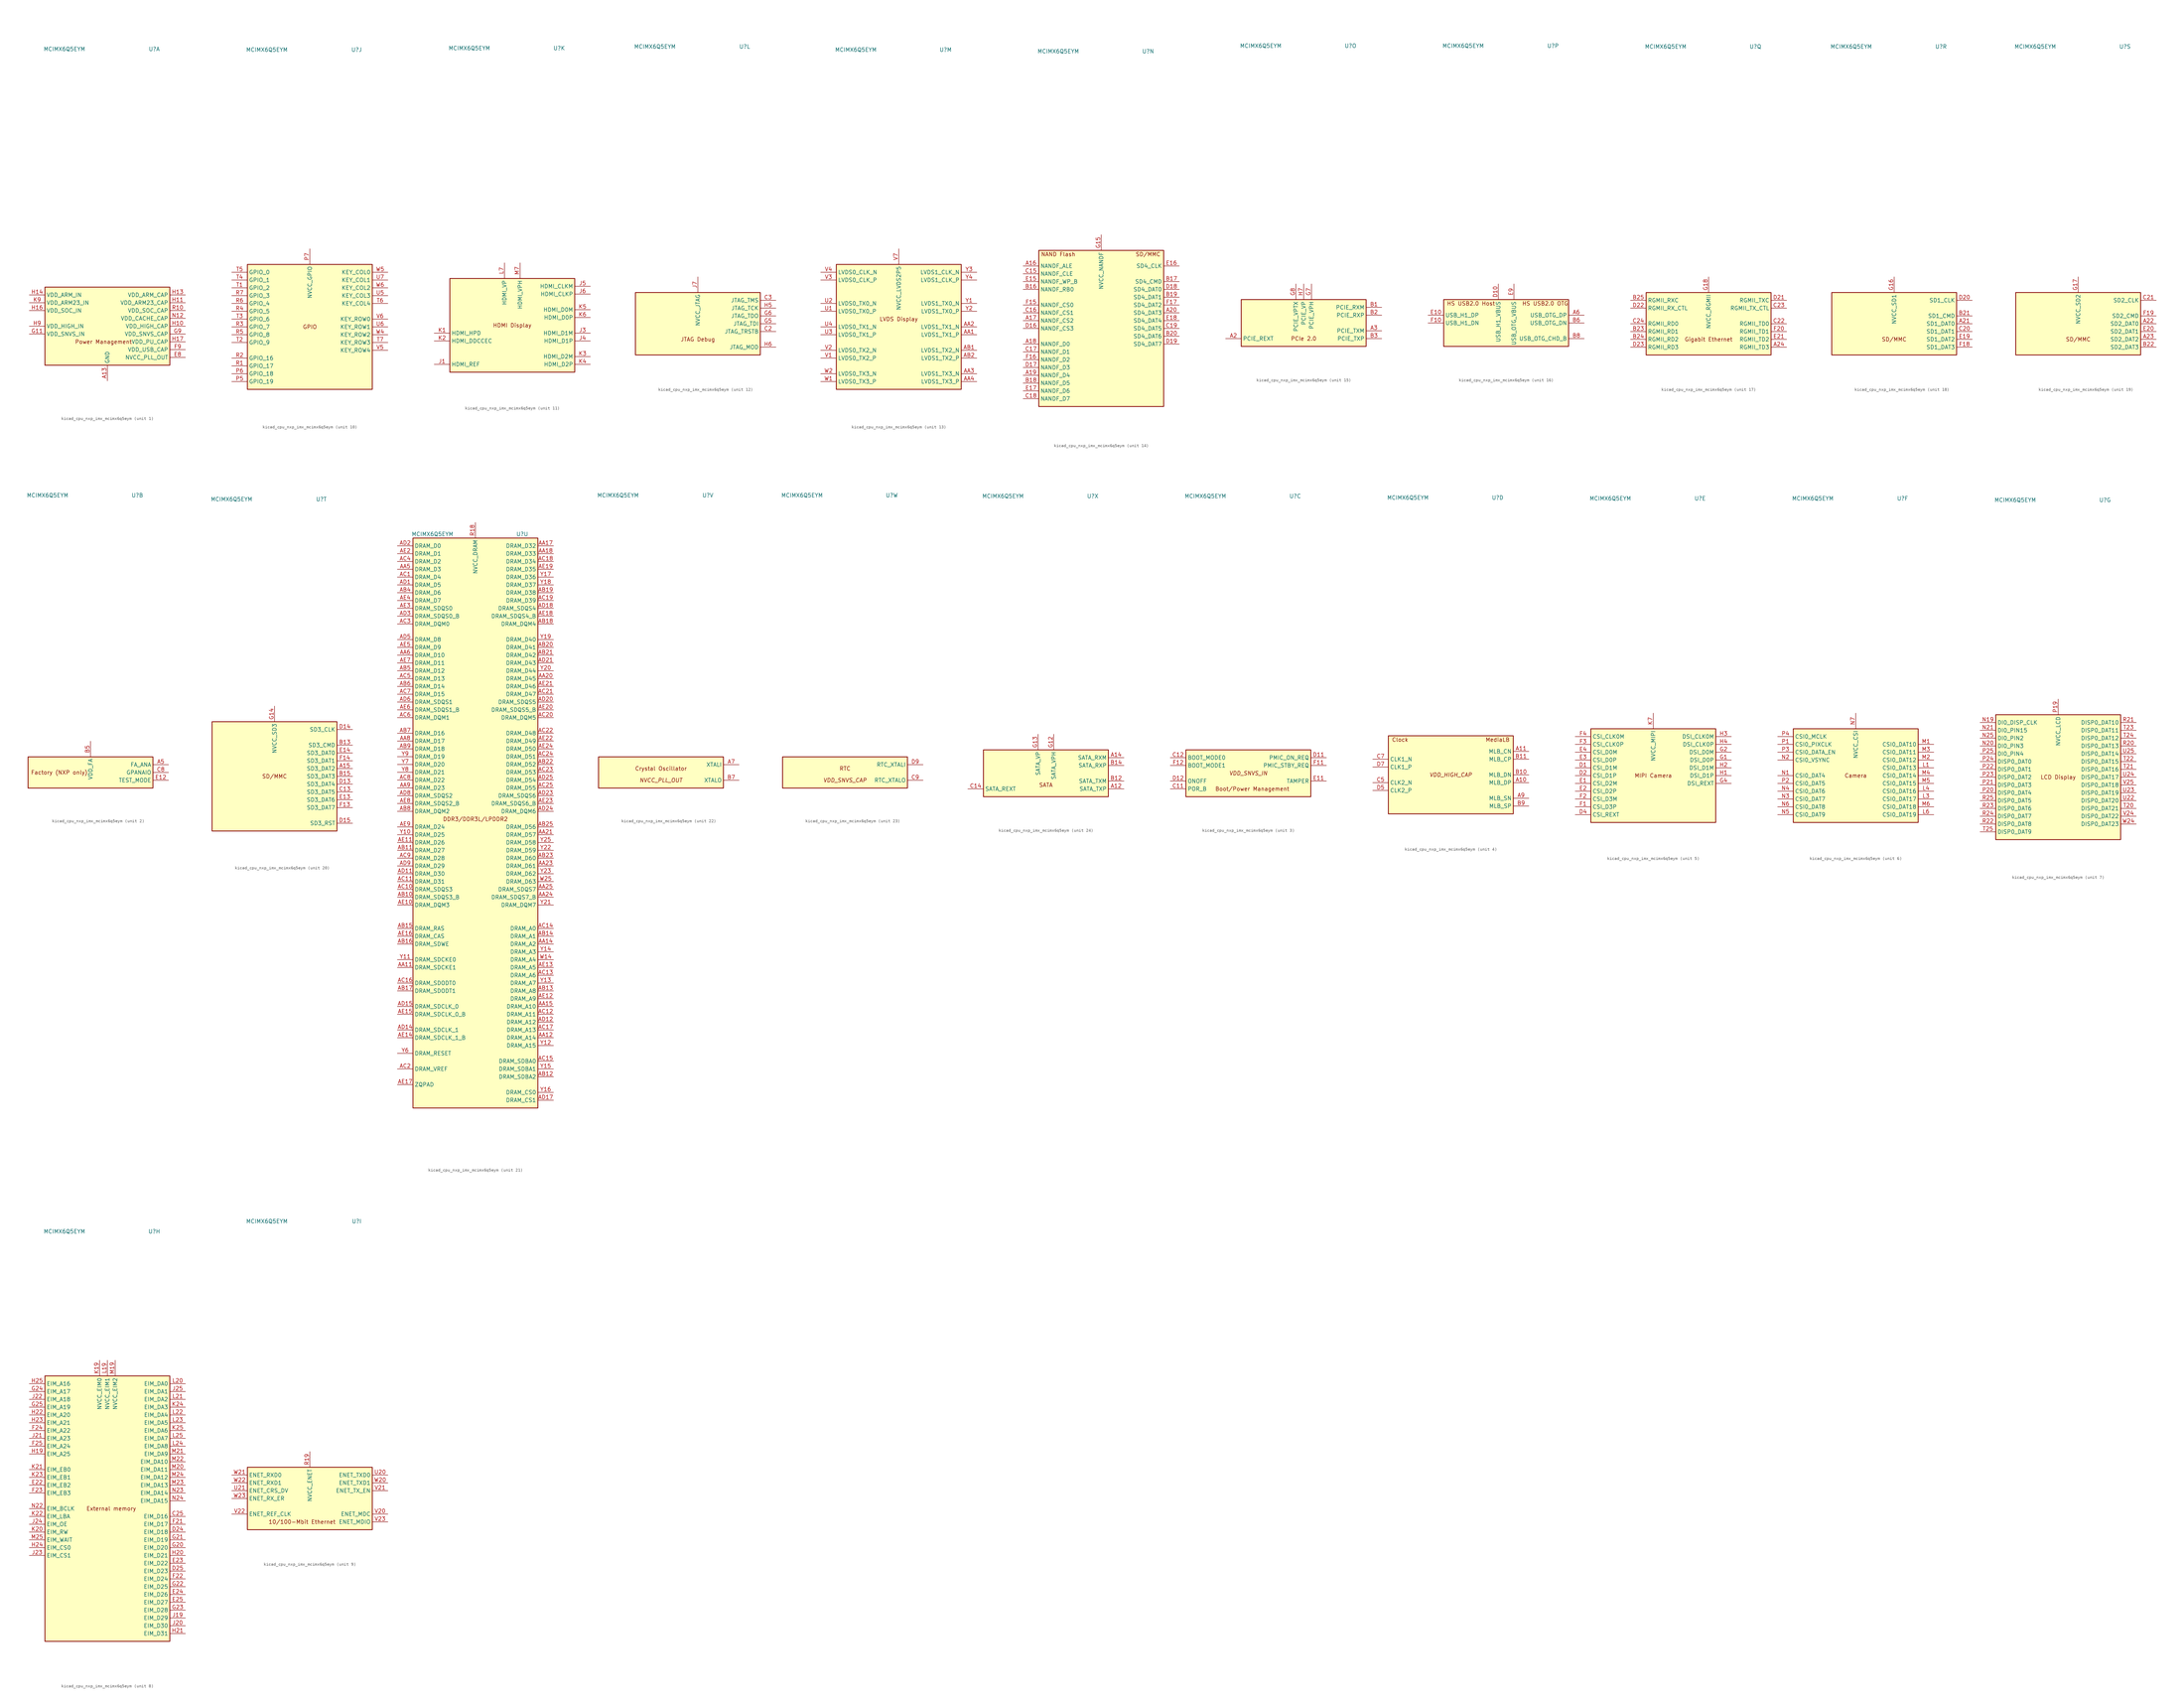
<source format=kicad_sym>
(kicad_symbol_lib
  (version 20220914)
  (generator kicad_symbol_editor)
  (symbol "kicad_cpu_nxp_imx_mcimx6q5eym"
    (property "Reference" "U"
      (at 15.24 90.17 0)
      (effects (font (size 1.27 1.27))))
    (property "Value" "MCIMX6Q5EYM"
      (at -13.97 90.17 0)
      (effects (font (size 1.27 1.27))))
    (property "ki_locked" ""
      (at 0 0 0)
      (effects (font (size 1.27 1.27))))
    (symbol "kicad_cpu_nxp_imx_mcimx6q5eym_1_0"
      (text "Power Management" (at -1.27 -5.08 0) (effects (font (size 1.27 1.27)))))
    (symbol "kicad_cpu_nxp_imx_mcimx6q5eym_1_1"
      (rectangle (start -20.32 12.7) (end 20.32 -12.7) (stroke (width 0.254) (type default)) (fill (type background)))
      (pin power_in line (at 0 -17.78 90) (length 5.08) (name "GND" (effects (font (size 1.27 1.27)))) (number "A13" (effects (font (size 1.27 1.27)))))
      (pin passive line (at 0 -17.78 90) (length 5.08) hide (name "GND" (effects (font (size 1.27 1.27)))) (number "A25" (effects (font (size 1.27 1.27)))))
      (pin passive line (at 0 -17.78 90) (length 5.08) hide (name "GND" (effects (font (size 1.27 1.27)))) (number "A4" (effects (font (size 1.27 1.27)))))
      (pin passive line (at 0 -17.78 90) (length 5.08) hide (name "GND" (effects (font (size 1.27 1.27)))) (number "A8" (effects (font (size 1.27 1.27)))))
      (pin passive line (at 0 -17.78 90) (length 5.08) hide (name "GND" (effects (font (size 1.27 1.27)))) (number "AA10" (effects (font (size 1.27 1.27)))))
      (pin passive line (at 0 -17.78 90) (length 5.08) hide (name "GND" (effects (font (size 1.27 1.27)))) (number "AA13" (effects (font (size 1.27 1.27)))))
      (pin passive line (at 0 -17.78 90) (length 5.08) hide (name "GND" (effects (font (size 1.27 1.27)))) (number "AA16" (effects (font (size 1.27 1.27)))))
      (pin passive line (at 0 -17.78 90) (length 5.08) hide (name "GND" (effects (font (size 1.27 1.27)))) (number "AA19" (effects (font (size 1.27 1.27)))))
      (pin passive line (at 0 -17.78 90) (length 5.08) hide (name "GND" (effects (font (size 1.27 1.27)))) (number "AA22" (effects (font (size 1.27 1.27)))))
      (pin passive line (at 0 -17.78 90) (length 5.08) hide (name "GND" (effects (font (size 1.27 1.27)))) (number "AA7" (effects (font (size 1.27 1.27)))))
      (pin passive line (at 0 -17.78 90) (length 5.08) hide (name "GND" (effects (font (size 1.27 1.27)))) (number "AB24" (effects (font (size 1.27 1.27)))))
      (pin passive line (at 0 -17.78 90) (length 5.08) hide (name "GND" (effects (font (size 1.27 1.27)))) (number "AB3" (effects (font (size 1.27 1.27)))))
      (pin passive line (at 0 -17.78 90) (length 5.08) hide (name "GND" (effects (font (size 1.27 1.27)))) (number "AD10" (effects (font (size 1.27 1.27)))))
      (pin passive line (at 0 -17.78 90) (length 5.08) hide (name "GND" (effects (font (size 1.27 1.27)))) (number "AD13" (effects (font (size 1.27 1.27)))))
      (pin passive line (at 0 -17.78 90) (length 5.08) hide (name "GND" (effects (font (size 1.27 1.27)))) (number "AD16" (effects (font (size 1.27 1.27)))))
      (pin passive line (at 0 -17.78 90) (length 5.08) hide (name "GND" (effects (font (size 1.27 1.27)))) (number "AD19" (effects (font (size 1.27 1.27)))))
      (pin passive line (at 0 -17.78 90) (length 5.08) hide (name "GND" (effects (font (size 1.27 1.27)))) (number "AD22" (effects (font (size 1.27 1.27)))))
      (pin passive line (at 0 -17.78 90) (length 5.08) hide (name "GND" (effects (font (size 1.27 1.27)))) (number "AD4" (effects (font (size 1.27 1.27)))))
      (pin passive line (at 0 -17.78 90) (length 5.08) hide (name "GND" (effects (font (size 1.27 1.27)))) (number "AD7" (effects (font (size 1.27 1.27)))))
      (pin passive line (at 0 -17.78 90) (length 5.08) hide (name "GND" (effects (font (size 1.27 1.27)))) (number "AE1" (effects (font (size 1.27 1.27)))))
      (pin passive line (at 0 -17.78 90) (length 5.08) hide (name "GND" (effects (font (size 1.27 1.27)))) (number "AE25" (effects (font (size 1.27 1.27)))))
      (pin passive line (at 0 -17.78 90) (length 5.08) hide (name "GND" (effects (font (size 1.27 1.27)))) (number "B4" (effects (font (size 1.27 1.27)))))
      (pin passive line (at 0 -17.78 90) (length 5.08) hide (name "GND" (effects (font (size 1.27 1.27)))) (number "C1" (effects (font (size 1.27 1.27)))))
      (pin passive line (at 0 -17.78 90) (length 5.08) hide (name "GND" (effects (font (size 1.27 1.27)))) (number "C10" (effects (font (size 1.27 1.27)))))
      (pin passive line (at 0 -17.78 90) (length 5.08) hide (name "GND" (effects (font (size 1.27 1.27)))) (number "C4" (effects (font (size 1.27 1.27)))))
      (pin passive line (at 0 -17.78 90) (length 5.08) hide (name "GND" (effects (font (size 1.27 1.27)))) (number "C6" (effects (font (size 1.27 1.27)))))
      (pin passive line (at 0 -17.78 90) (length 5.08) hide (name "GND" (effects (font (size 1.27 1.27)))) (number "D3" (effects (font (size 1.27 1.27)))))
      (pin passive line (at 0 -17.78 90) (length 5.08) hide (name "GND" (effects (font (size 1.27 1.27)))) (number "D6" (effects (font (size 1.27 1.27)))))
      (pin passive line (at 0 -17.78 90) (length 5.08) hide (name "GND" (effects (font (size 1.27 1.27)))) (number "D8" (effects (font (size 1.27 1.27)))))
      (pin passive line (at 0 -17.78 90) (length 5.08) hide (name "GND" (effects (font (size 1.27 1.27)))) (number "E5" (effects (font (size 1.27 1.27)))))
      (pin passive line (at 0 -17.78 90) (length 5.08) hide (name "GND" (effects (font (size 1.27 1.27)))) (number "E6" (effects (font (size 1.27 1.27)))))
      (pin passive line (at 0 -17.78 90) (length 5.08) hide (name "GND" (effects (font (size 1.27 1.27)))) (number "E7" (effects (font (size 1.27 1.27)))))
      (pin power_out line (at 25.4 -10.16 180) (length 5.08) (name "NVCC_PLL_OUT" (effects (font (size 1.27 1.27)))) (number "E8" (effects (font (size 1.27 1.27)))))
      (pin passive line (at 0 -17.78 90) (length 5.08) hide (name "GND" (effects (font (size 1.27 1.27)))) (number "F5" (effects (font (size 1.27 1.27)))))
      (pin passive line (at 0 -17.78 90) (length 5.08) hide (name "GND" (effects (font (size 1.27 1.27)))) (number "F6" (effects (font (size 1.27 1.27)))))
      (pin passive line (at 0 -17.78 90) (length 5.08) hide (name "GND" (effects (font (size 1.27 1.27)))) (number "F7" (effects (font (size 1.27 1.27)))))
      (pin passive line (at 0 -17.78 90) (length 5.08) hide (name "GND" (effects (font (size 1.27 1.27)))) (number "F8" (effects (font (size 1.27 1.27)))))
      (pin power_out line (at 25.4 -7.62 180) (length 5.08) (name "VDD_USB_CAP" (effects (font (size 1.27 1.27)))) (number "F9" (effects (font (size 1.27 1.27)))))
      (pin passive line (at 0 -17.78 90) (length 5.08) hide (name "GND" (effects (font (size 1.27 1.27)))) (number "G10" (effects (font (size 1.27 1.27)))))
      (pin power_in line (at -25.4 -2.54 0) (length 5.08) (name "VDD_SNVS_IN" (effects (font (size 1.27 1.27)))) (number "G11" (effects (font (size 1.27 1.27)))))
      (pin passive line (at 0 -17.78 90) (length 5.08) hide (name "GND" (effects (font (size 1.27 1.27)))) (number "G19" (effects (font (size 1.27 1.27)))))
      (pin passive line (at 0 -17.78 90) (length 5.08) hide (name "GND" (effects (font (size 1.27 1.27)))) (number "G3" (effects (font (size 1.27 1.27)))))
      (pin power_out line (at 25.4 -2.54 180) (length 5.08) (name "VDD_SNVS_CAP" (effects (font (size 1.27 1.27)))) (number "G9" (effects (font (size 1.27 1.27)))))
      (pin power_out line (at 25.4 0 180) (length 5.08) (name "VDD_HIGH_CAP" (effects (font (size 1.27 1.27)))) (number "H10" (effects (font (size 1.27 1.27)))))
      (pin power_out line (at 25.4 7.62 180) (length 5.08) (name "VDD_ARM23_CAP" (effects (font (size 1.27 1.27)))) (number "H11" (effects (font (size 1.27 1.27)))))
      (pin passive line (at 0 -17.78 90) (length 5.08) hide (name "GND" (effects (font (size 1.27 1.27)))) (number "H12" (effects (font (size 1.27 1.27)))))
      (pin power_out line (at 25.4 10.16 180) (length 5.08) (name "VDD_ARM_CAP" (effects (font (size 1.27 1.27)))) (number "H13" (effects (font (size 1.27 1.27)))))
      (pin power_in line (at -25.4 10.16 0) (length 5.08) (name "VDD_ARM_IN" (effects (font (size 1.27 1.27)))) (number "H14" (effects (font (size 1.27 1.27)))))
      (pin passive line (at 0 -17.78 90) (length 5.08) hide (name "GND" (effects (font (size 1.27 1.27)))) (number "H15" (effects (font (size 1.27 1.27)))))
      (pin power_in line (at -25.4 5.08 0) (length 5.08) (name "VDD_SOC_IN" (effects (font (size 1.27 1.27)))) (number "H16" (effects (font (size 1.27 1.27)))))
      (pin power_out line (at 25.4 -5.08 180) (length 5.08) (name "VDD_PU_CAP" (effects (font (size 1.27 1.27)))) (number "H17" (effects (font (size 1.27 1.27)))))
      (pin passive line (at 0 -17.78 90) (length 5.08) hide (name "GND" (effects (font (size 1.27 1.27)))) (number "H18" (effects (font (size 1.27 1.27)))))
      (pin passive line (at 0 -17.78 90) (length 5.08) hide (name "GND" (effects (font (size 1.27 1.27)))) (number "H8" (effects (font (size 1.27 1.27)))))
      (pin power_in line (at -25.4 0 0) (length 5.08) (name "VDD_HIGH_IN" (effects (font (size 1.27 1.27)))) (number "H9" (effects (font (size 1.27 1.27)))))
      (pin passive line (at 25.4 0 180) (length 5.08) hide (name "VDD_HIGH_CAP" (effects (font (size 1.27 1.27)))) (number "J10" (effects (font (size 1.27 1.27)))))
      (pin passive line (at 25.4 7.62 180) (length 5.08) hide (name "VDD_ARM23_CAP" (effects (font (size 1.27 1.27)))) (number "J11" (effects (font (size 1.27 1.27)))))
      (pin passive line (at 0 -17.78 90) (length 5.08) hide (name "GND" (effects (font (size 1.27 1.27)))) (number "J12" (effects (font (size 1.27 1.27)))))
      (pin passive line (at 25.4 10.16 180) (length 5.08) hide (name "VDD_ARM_CAP" (effects (font (size 1.27 1.27)))) (number "J13" (effects (font (size 1.27 1.27)))))
      (pin passive line (at -25.4 10.16 0) (length 5.08) hide (name "VDD_ARM_IN" (effects (font (size 1.27 1.27)))) (number "J14" (effects (font (size 1.27 1.27)))))
      (pin passive line (at 0 -17.78 90) (length 5.08) hide (name "GND" (effects (font (size 1.27 1.27)))) (number "J15" (effects (font (size 1.27 1.27)))))
      (pin passive line (at -25.4 5.08 0) (length 5.08) hide (name "VDD_SOC_IN" (effects (font (size 1.27 1.27)))) (number "J16" (effects (font (size 1.27 1.27)))))
      (pin passive line (at 25.4 -5.08 180) (length 5.08) hide (name "VDD_PU_CAP" (effects (font (size 1.27 1.27)))) (number "J17" (effects (font (size 1.27 1.27)))))
      (pin passive line (at 0 -17.78 90) (length 5.08) hide (name "GND" (effects (font (size 1.27 1.27)))) (number "J18" (effects (font (size 1.27 1.27)))))
      (pin passive line (at 0 -17.78 90) (length 5.08) hide (name "GND" (effects (font (size 1.27 1.27)))) (number "J2" (effects (font (size 1.27 1.27)))))
      (pin passive line (at 0 -17.78 90) (length 5.08) hide (name "GND" (effects (font (size 1.27 1.27)))) (number "J8" (effects (font (size 1.27 1.27)))))
      (pin passive line (at -25.4 0 0) (length 5.08) hide (name "VDD_HIGH_IN" (effects (font (size 1.27 1.27)))) (number "J9" (effects (font (size 1.27 1.27)))))
      (pin passive line (at 0 -17.78 90) (length 5.08) hide (name "GND" (effects (font (size 1.27 1.27)))) (number "K10" (effects (font (size 1.27 1.27)))))
      (pin passive line (at 25.4 7.62 180) (length 5.08) hide (name "VDD_ARM23_CAP" (effects (font (size 1.27 1.27)))) (number "K11" (effects (font (size 1.27 1.27)))))
      (pin passive line (at 0 -17.78 90) (length 5.08) hide (name "GND" (effects (font (size 1.27 1.27)))) (number "K12" (effects (font (size 1.27 1.27)))))
      (pin passive line (at 25.4 10.16 180) (length 5.08) hide (name "VDD_ARM_CAP" (effects (font (size 1.27 1.27)))) (number "K13" (effects (font (size 1.27 1.27)))))
      (pin passive line (at -25.4 10.16 0) (length 5.08) hide (name "VDD_ARM_IN" (effects (font (size 1.27 1.27)))) (number "K14" (effects (font (size 1.27 1.27)))))
      (pin passive line (at 0 -17.78 90) (length 5.08) hide (name "GND" (effects (font (size 1.27 1.27)))) (number "K15" (effects (font (size 1.27 1.27)))))
      (pin passive line (at -25.4 5.08 0) (length 5.08) hide (name "VDD_SOC_IN" (effects (font (size 1.27 1.27)))) (number "K16" (effects (font (size 1.27 1.27)))))
      (pin passive line (at 25.4 -5.08 180) (length 5.08) hide (name "VDD_PU_CAP" (effects (font (size 1.27 1.27)))) (number "K17" (effects (font (size 1.27 1.27)))))
      (pin passive line (at 0 -17.78 90) (length 5.08) hide (name "GND" (effects (font (size 1.27 1.27)))) (number "K18" (effects (font (size 1.27 1.27)))))
      (pin passive line (at 0 -17.78 90) (length 5.08) hide (name "GND" (effects (font (size 1.27 1.27)))) (number "K8" (effects (font (size 1.27 1.27)))))
      (pin power_in line (at -25.4 7.62 0) (length 5.08) (name "VDD_ARM23_IN" (effects (font (size 1.27 1.27)))) (number "K9" (effects (font (size 1.27 1.27)))))
      (pin passive line (at 0 -17.78 90) (length 5.08) hide (name "GND" (effects (font (size 1.27 1.27)))) (number "L10" (effects (font (size 1.27 1.27)))))
      (pin passive line (at 25.4 7.62 180) (length 5.08) hide (name "VDD_ARM23_CAP" (effects (font (size 1.27 1.27)))) (number "L11" (effects (font (size 1.27 1.27)))))
      (pin passive line (at 0 -17.78 90) (length 5.08) hide (name "GND" (effects (font (size 1.27 1.27)))) (number "L12" (effects (font (size 1.27 1.27)))))
      (pin passive line (at 25.4 10.16 180) (length 5.08) hide (name "VDD_ARM_CAP" (effects (font (size 1.27 1.27)))) (number "L13" (effects (font (size 1.27 1.27)))))
      (pin passive line (at -25.4 10.16 0) (length 5.08) hide (name "VDD_ARM_IN" (effects (font (size 1.27 1.27)))) (number "L14" (effects (font (size 1.27 1.27)))))
      (pin passive line (at 0 -17.78 90) (length 5.08) hide (name "GND" (effects (font (size 1.27 1.27)))) (number "L15" (effects (font (size 1.27 1.27)))))
      (pin passive line (at -25.4 5.08 0) (length 5.08) hide (name "VDD_SOC_IN" (effects (font (size 1.27 1.27)))) (number "L16" (effects (font (size 1.27 1.27)))))
      (pin passive line (at 25.4 -5.08 180) (length 5.08) hide (name "VDD_PU_CAP" (effects (font (size 1.27 1.27)))) (number "L17" (effects (font (size 1.27 1.27)))))
      (pin passive line (at 0 -17.78 90) (length 5.08) hide (name "GND" (effects (font (size 1.27 1.27)))) (number "L18" (effects (font (size 1.27 1.27)))))
      (pin passive line (at 0 -17.78 90) (length 5.08) hide (name "GND" (effects (font (size 1.27 1.27)))) (number "L2" (effects (font (size 1.27 1.27)))))
      (pin passive line (at 0 -17.78 90) (length 5.08) hide (name "GND" (effects (font (size 1.27 1.27)))) (number "L5" (effects (font (size 1.27 1.27)))))
      (pin passive line (at 0 -17.78 90) (length 5.08) hide (name "GND" (effects (font (size 1.27 1.27)))) (number "L8" (effects (font (size 1.27 1.27)))))
      (pin passive line (at -25.4 7.62 0) (length 5.08) hide (name "VDD_ARM23_IN" (effects (font (size 1.27 1.27)))) (number "L9" (effects (font (size 1.27 1.27)))))
      (pin passive line (at 0 -17.78 90) (length 5.08) hide (name "GND" (effects (font (size 1.27 1.27)))) (number "M10" (effects (font (size 1.27 1.27)))))
      (pin passive line (at 25.4 7.62 180) (length 5.08) hide (name "VDD_ARM23_CAP" (effects (font (size 1.27 1.27)))) (number "M11" (effects (font (size 1.27 1.27)))))
      (pin passive line (at 0 -17.78 90) (length 5.08) hide (name "GND" (effects (font (size 1.27 1.27)))) (number "M12" (effects (font (size 1.27 1.27)))))
      (pin passive line (at 25.4 10.16 180) (length 5.08) hide (name "VDD_ARM_CAP" (effects (font (size 1.27 1.27)))) (number "M13" (effects (font (size 1.27 1.27)))))
      (pin passive line (at -25.4 10.16 0) (length 5.08) hide (name "VDD_ARM_IN" (effects (font (size 1.27 1.27)))) (number "M14" (effects (font (size 1.27 1.27)))))
      (pin passive line (at 0 -17.78 90) (length 5.08) hide (name "GND" (effects (font (size 1.27 1.27)))) (number "M15" (effects (font (size 1.27 1.27)))))
      (pin passive line (at -25.4 5.08 0) (length 5.08) hide (name "VDD_SOC_IN" (effects (font (size 1.27 1.27)))) (number "M16" (effects (font (size 1.27 1.27)))))
      (pin passive line (at 25.4 -5.08 180) (length 5.08) hide (name "VDD_PU_CAP" (effects (font (size 1.27 1.27)))) (number "M17" (effects (font (size 1.27 1.27)))))
      (pin passive line (at 0 -17.78 90) (length 5.08) hide (name "GND" (effects (font (size 1.27 1.27)))) (number "M18" (effects (font (size 1.27 1.27)))))
      (pin passive line (at 0 -17.78 90) (length 5.08) hide (name "GND" (effects (font (size 1.27 1.27)))) (number "M8" (effects (font (size 1.27 1.27)))))
      (pin passive line (at -25.4 7.62 0) (length 5.08) hide (name "VDD_ARM23_IN" (effects (font (size 1.27 1.27)))) (number "M9" (effects (font (size 1.27 1.27)))))
      (pin passive line (at 0 -17.78 90) (length 5.08) hide (name "GND" (effects (font (size 1.27 1.27)))) (number "N10" (effects (font (size 1.27 1.27)))))
      (pin passive line (at 25.4 7.62 180) (length 5.08) hide (name "VDD_ARM23_CAP" (effects (font (size 1.27 1.27)))) (number "N11" (effects (font (size 1.27 1.27)))))
      (pin power_in line (at 25.4 2.54 180) (length 5.08) (name "VDD_CACHE_CAP" (effects (font (size 1.27 1.27)))) (number "N12" (effects (font (size 1.27 1.27)))))
      (pin passive line (at 25.4 10.16 180) (length 5.08) hide (name "VDD_ARM_CAP" (effects (font (size 1.27 1.27)))) (number "N13" (effects (font (size 1.27 1.27)))))
      (pin passive line (at -25.4 10.16 0) (length 5.08) hide (name "VDD_ARM_IN" (effects (font (size 1.27 1.27)))) (number "N14" (effects (font (size 1.27 1.27)))))
      (pin passive line (at 0 -17.78 90) (length 5.08) hide (name "GND" (effects (font (size 1.27 1.27)))) (number "N15" (effects (font (size 1.27 1.27)))))
      (pin passive line (at -25.4 5.08 0) (length 5.08) hide (name "VDD_SOC_IN" (effects (font (size 1.27 1.27)))) (number "N16" (effects (font (size 1.27 1.27)))))
      (pin passive line (at 25.4 -5.08 180) (length 5.08) hide (name "VDD_PU_CAP" (effects (font (size 1.27 1.27)))) (number "N17" (effects (font (size 1.27 1.27)))))
      (pin passive line (at 0 -17.78 90) (length 5.08) hide (name "GND" (effects (font (size 1.27 1.27)))) (number "N18" (effects (font (size 1.27 1.27)))))
      (pin passive line (at 0 -17.78 90) (length 5.08) hide (name "GND" (effects (font (size 1.27 1.27)))) (number "N8" (effects (font (size 1.27 1.27)))))
      (pin passive line (at -25.4 7.62 0) (length 5.08) hide (name "VDD_ARM23_IN" (effects (font (size 1.27 1.27)))) (number "N9" (effects (font (size 1.27 1.27)))))
      (pin passive line (at 0 -17.78 90) (length 5.08) hide (name "GND" (effects (font (size 1.27 1.27)))) (number "P10" (effects (font (size 1.27 1.27)))))
      (pin passive line (at 25.4 7.62 180) (length 5.08) hide (name "VDD_ARM23_CAP" (effects (font (size 1.27 1.27)))) (number "P11" (effects (font (size 1.27 1.27)))))
      (pin passive line (at 0 -17.78 90) (length 5.08) hide (name "GND" (effects (font (size 1.27 1.27)))) (number "P12" (effects (font (size 1.27 1.27)))))
      (pin passive line (at 25.4 10.16 180) (length 5.08) hide (name "VDD_ARM_CAP" (effects (font (size 1.27 1.27)))) (number "P13" (effects (font (size 1.27 1.27)))))
      (pin passive line (at -25.4 10.16 0) (length 5.08) hide (name "VDD_ARM_IN" (effects (font (size 1.27 1.27)))) (number "P14" (effects (font (size 1.27 1.27)))))
      (pin passive line (at 0 -17.78 90) (length 5.08) hide (name "GND" (effects (font (size 1.27 1.27)))) (number "P15" (effects (font (size 1.27 1.27)))))
      (pin passive line (at -25.4 5.08 0) (length 5.08) hide (name "VDD_SOC_IN" (effects (font (size 1.27 1.27)))) (number "P16" (effects (font (size 1.27 1.27)))))
      (pin passive line (at 25.4 -5.08 180) (length 5.08) hide (name "VDD_PU_CAP" (effects (font (size 1.27 1.27)))) (number "P17" (effects (font (size 1.27 1.27)))))
      (pin passive line (at 0 -17.78 90) (length 5.08) hide (name "GND" (effects (font (size 1.27 1.27)))) (number "P18" (effects (font (size 1.27 1.27)))))
      (pin passive line (at 0 -17.78 90) (length 5.08) hide (name "GND" (effects (font (size 1.27 1.27)))) (number "P8" (effects (font (size 1.27 1.27)))))
      (pin passive line (at -25.4 7.62 0) (length 5.08) hide (name "VDD_ARM23_IN" (effects (font (size 1.27 1.27)))) (number "P9" (effects (font (size 1.27 1.27)))))
      (pin power_out line (at 25.4 5.08 180) (length 5.08) (name "VDD_SOC_CAP" (effects (font (size 1.27 1.27)))) (number "R10" (effects (font (size 1.27 1.27)))))
      (pin passive line (at 25.4 7.62 180) (length 5.08) hide (name "VDD_ARM23_CAP" (effects (font (size 1.27 1.27)))) (number "R11" (effects (font (size 1.27 1.27)))))
      (pin passive line (at 0 -17.78 90) (length 5.08) hide (name "GND" (effects (font (size 1.27 1.27)))) (number "R12" (effects (font (size 1.27 1.27)))))
      (pin passive line (at 25.4 10.16 180) (length 5.08) hide (name "VDD_ARM_CAP" (effects (font (size 1.27 1.27)))) (number "R13" (effects (font (size 1.27 1.27)))))
      (pin passive line (at -25.4 10.16 0) (length 5.08) hide (name "VDD_ARM_IN" (effects (font (size 1.27 1.27)))) (number "R14" (effects (font (size 1.27 1.27)))))
      (pin passive line (at 0 -17.78 90) (length 5.08) hide (name "GND" (effects (font (size 1.27 1.27)))) (number "R15" (effects (font (size 1.27 1.27)))))
      (pin passive line (at -25.4 5.08 0) (length 5.08) hide (name "VDD_SOC_IN" (effects (font (size 1.27 1.27)))) (number "R16" (effects (font (size 1.27 1.27)))))
      (pin passive line (at 0 -17.78 90) (length 5.08) hide (name "GND" (effects (font (size 1.27 1.27)))) (number "R17" (effects (font (size 1.27 1.27)))))
      (pin passive line (at 0 -17.78 90) (length 5.08) hide (name "GND" (effects (font (size 1.27 1.27)))) (number "R8" (effects (font (size 1.27 1.27)))))
      (pin passive line (at -25.4 7.62 0) (length 5.08) hide (name "VDD_ARM23_IN" (effects (font (size 1.27 1.27)))) (number "R9" (effects (font (size 1.27 1.27)))))
      (pin passive line (at 25.4 5.08 180) (length 5.08) hide (name "VDD_SOC_CAP" (effects (font (size 1.27 1.27)))) (number "T10" (effects (font (size 1.27 1.27)))))
      (pin passive line (at 0 -17.78 90) (length 5.08) hide (name "GND" (effects (font (size 1.27 1.27)))) (number "T11" (effects (font (size 1.27 1.27)))))
      (pin passive line (at 0 -17.78 90) (length 5.08) hide (name "GND" (effects (font (size 1.27 1.27)))) (number "T12" (effects (font (size 1.27 1.27)))))
      (pin passive line (at 25.4 5.08 180) (length 5.08) hide (name "VDD_SOC_CAP" (effects (font (size 1.27 1.27)))) (number "T13" (effects (font (size 1.27 1.27)))))
      (pin passive line (at 25.4 5.08 180) (length 5.08) hide (name "VDD_SOC_CAP" (effects (font (size 1.27 1.27)))) (number "T14" (effects (font (size 1.27 1.27)))))
      (pin passive line (at 0 -17.78 90) (length 5.08) hide (name "GND" (effects (font (size 1.27 1.27)))) (number "T15" (effects (font (size 1.27 1.27)))))
      (pin passive line (at -25.4 5.08 0) (length 5.08) hide (name "VDD_SOC_IN" (effects (font (size 1.27 1.27)))) (number "T16" (effects (font (size 1.27 1.27)))))
      (pin passive line (at 0 -17.78 90) (length 5.08) hide (name "GND" (effects (font (size 1.27 1.27)))) (number "T17" (effects (font (size 1.27 1.27)))))
      (pin passive line (at 0 -17.78 90) (length 5.08) hide (name "GND" (effects (font (size 1.27 1.27)))) (number "T19" (effects (font (size 1.27 1.27)))))
      (pin passive line (at 0 -17.78 90) (length 5.08) hide (name "GND" (effects (font (size 1.27 1.27)))) (number "T8" (effects (font (size 1.27 1.27)))))
      (pin passive line (at -25.4 7.62 0) (length 5.08) hide (name "VDD_ARM23_IN" (effects (font (size 1.27 1.27)))) (number "T9" (effects (font (size 1.27 1.27)))))
      (pin passive line (at 25.4 5.08 180) (length 5.08) hide (name "VDD_SOC_CAP" (effects (font (size 1.27 1.27)))) (number "U10" (effects (font (size 1.27 1.27)))))
      (pin passive line (at 0 -17.78 90) (length 5.08) hide (name "GND" (effects (font (size 1.27 1.27)))) (number "U11" (effects (font (size 1.27 1.27)))))
      (pin passive line (at 0 -17.78 90) (length 5.08) hide (name "GND" (effects (font (size 1.27 1.27)))) (number "U12" (effects (font (size 1.27 1.27)))))
      (pin passive line (at 25.4 5.08 180) (length 5.08) hide (name "VDD_SOC_CAP" (effects (font (size 1.27 1.27)))) (number "U13" (effects (font (size 1.27 1.27)))))
      (pin passive line (at 25.4 5.08 180) (length 5.08) hide (name "VDD_SOC_CAP" (effects (font (size 1.27 1.27)))) (number "U14" (effects (font (size 1.27 1.27)))))
      (pin passive line (at 0 -17.78 90) (length 5.08) hide (name "GND" (effects (font (size 1.27 1.27)))) (number "U15" (effects (font (size 1.27 1.27)))))
      (pin passive line (at -25.4 5.08 0) (length 5.08) hide (name "VDD_SOC_IN" (effects (font (size 1.27 1.27)))) (number "U16" (effects (font (size 1.27 1.27)))))
      (pin passive line (at 0 -17.78 90) (length 5.08) hide (name "GND" (effects (font (size 1.27 1.27)))) (number "U17" (effects (font (size 1.27 1.27)))))
      (pin passive line (at 0 -17.78 90) (length 5.08) hide (name "GND" (effects (font (size 1.27 1.27)))) (number "U19" (effects (font (size 1.27 1.27)))))
      (pin passive line (at 0 -17.78 90) (length 5.08) hide (name "GND" (effects (font (size 1.27 1.27)))) (number "U8" (effects (font (size 1.27 1.27)))))
      (pin passive line (at -25.4 7.62 0) (length 5.08) hide (name "VDD_ARM23_IN" (effects (font (size 1.27 1.27)))) (number "U9" (effects (font (size 1.27 1.27)))))
      (pin passive line (at 0 -17.78 90) (length 5.08) hide (name "GND" (effects (font (size 1.27 1.27)))) (number "V19" (effects (font (size 1.27 1.27)))))
      (pin passive line (at 0 -17.78 90) (length 5.08) hide (name "GND" (effects (font (size 1.27 1.27)))) (number "V8" (effects (font (size 1.27 1.27)))))
      (pin passive line (at 0 -17.78 90) (length 5.08) hide (name "GND" (effects (font (size 1.27 1.27)))) (number "W10" (effects (font (size 1.27 1.27)))))
      (pin passive line (at 0 -17.78 90) (length 5.08) hide (name "GND" (effects (font (size 1.27 1.27)))) (number "W11" (effects (font (size 1.27 1.27)))))
      (pin passive line (at 0 -17.78 90) (length 5.08) hide (name "GND" (effects (font (size 1.27 1.27)))) (number "W12" (effects (font (size 1.27 1.27)))))
      (pin passive line (at 0 -17.78 90) (length 5.08) hide (name "GND" (effects (font (size 1.27 1.27)))) (number "W13" (effects (font (size 1.27 1.27)))))
      (pin passive line (at 0 -17.78 90) (length 5.08) hide (name "GND" (effects (font (size 1.27 1.27)))) (number "W15" (effects (font (size 1.27 1.27)))))
      (pin passive line (at 0 -17.78 90) (length 5.08) hide (name "GND" (effects (font (size 1.27 1.27)))) (number "W16" (effects (font (size 1.27 1.27)))))
      (pin passive line (at 0 -17.78 90) (length 5.08) hide (name "GND" (effects (font (size 1.27 1.27)))) (number "W17" (effects (font (size 1.27 1.27)))))
      (pin passive line (at 0 -17.78 90) (length 5.08) hide (name "GND" (effects (font (size 1.27 1.27)))) (number "W18" (effects (font (size 1.27 1.27)))))
      (pin passive line (at 0 -17.78 90) (length 5.08) hide (name "GND" (effects (font (size 1.27 1.27)))) (number "W19" (effects (font (size 1.27 1.27)))))
      (pin passive line (at 0 -17.78 90) (length 5.08) hide (name "GND" (effects (font (size 1.27 1.27)))) (number "W3" (effects (font (size 1.27 1.27)))))
      (pin passive line (at 0 -17.78 90) (length 5.08) hide (name "GND" (effects (font (size 1.27 1.27)))) (number "W7" (effects (font (size 1.27 1.27)))))
      (pin passive line (at 0 -17.78 90) (length 5.08) hide (name "GND" (effects (font (size 1.27 1.27)))) (number "W8" (effects (font (size 1.27 1.27)))))
      (pin passive line (at 0 -17.78 90) (length 5.08) hide (name "GND" (effects (font (size 1.27 1.27)))) (number "W9" (effects (font (size 1.27 1.27)))))
      (pin passive line (at 0 -17.78 90) (length 5.08) hide (name "GND" (effects (font (size 1.27 1.27)))) (number "Y24" (effects (font (size 1.27 1.27)))))
      (pin passive line (at 0 -17.78 90) (length 5.08) hide (name "GND" (effects (font (size 1.27 1.27)))) (number "Y5" (effects (font (size 1.27 1.27))))))
    (symbol "kicad_cpu_nxp_imx_mcimx6q5eym_2_0"
      (text "Factory (NXP only)" (at -10.16 0 0) (effects (font (size 1.27 1.27)))))
    (symbol "kicad_cpu_nxp_imx_mcimx6q5eym_2_1"
      (rectangle (start -20.32 5.08) (end 20.32 -5.08) (stroke (width 0.254) (type default)) (fill (type background)))
      (pin passive line (at 25.4 2.54 180) (length 5.08) (name "FA_ANA" (effects (font (size 1.27 1.27)))) (number "A5" (effects (font (size 1.27 1.27)))))
      (pin passive line (at 0 10.16 270) (length 5.08) (name "VDD_FA" (effects (font (size 1.27 1.27)))) (number "B5" (effects (font (size 1.27 1.27)))))
      (pin passive line (at 25.4 0 180) (length 5.08) (name "GPANAIO" (effects (font (size 1.27 1.27)))) (number "C8" (effects (font (size 1.27 1.27)))))
      (pin passive line (at 25.4 -2.54 180) (length 5.08) (name "TEST_MODE" (effects (font (size 1.27 1.27)))) (number "E12" (effects (font (size 1.27 1.27))))))
    (symbol "kicad_cpu_nxp_imx_mcimx6q5eym_3_0"
      (text "Boot/Power Management" (at 1.27 -5.08 0) (effects (font (size 1.27 1.27)))))
    (symbol "kicad_cpu_nxp_imx_mcimx6q5eym_3_1"
      (rectangle (start -20.32 7.62) (end 20.32 -7.62) (stroke (width 0.254) (type default)) (fill (type background)))
      (text "VDD_SNVS_IN" (at 0 0 0) (effects (font (size 1.27 1.27) italic)))
      (pin input line (at -25.4 -5.08 0) (length 5.08) (name "POR_B" (effects (font (size 1.27 1.27)))) (number "C11" (effects (font (size 1.27 1.27)))))
      (pin input line (at -25.4 5.08 0) (length 5.08) (name "BOOT_MODE0" (effects (font (size 1.27 1.27)))) (number "C12" (effects (font (size 1.27 1.27)))))
      (pin output line (at 25.4 5.08 180) (length 5.08) (name "PMIC_ON_REQ" (effects (font (size 1.27 1.27)))) (number "D11" (effects (font (size 1.27 1.27)))))
      (pin input line (at -25.4 -2.54 0) (length 5.08) (name "ONOFF" (effects (font (size 1.27 1.27)))) (number "D12" (effects (font (size 1.27 1.27)))))
      (pin input line (at 25.4 -2.54 180) (length 5.08) (name "TAMPER" (effects (font (size 1.27 1.27)))) (number "E11" (effects (font (size 1.27 1.27)))))
      (pin output line (at 25.4 2.54 180) (length 5.08) (name "PMIC_STBY_REQ" (effects (font (size 1.27 1.27)))) (number "F11" (effects (font (size 1.27 1.27)))))
      (pin input line (at -25.4 2.54 0) (length 5.08) (name "BOOT_MODE1" (effects (font (size 1.27 1.27)))) (number "F12" (effects (font (size 1.27 1.27))))))
    (symbol "kicad_cpu_nxp_imx_mcimx6q5eym_4_0"
      (text "Clock" (at -16.51 11.43 0) (effects (font (size 1.27 1.27))))
      (text "MediaLB" (at 15.24 11.43 0) (effects (font (size 1.27 1.27)))))
    (symbol "kicad_cpu_nxp_imx_mcimx6q5eym_4_1"
      (rectangle (start -20.32 12.7) (end 20.32 -12.7) (stroke (width 0.254) (type default)) (fill (type background)))
      (text "VDD_HIGH_CAP" (at 0 0 0) (effects (font (size 1.27 1.27) italic)))
      (pin bidirectional line (at 25.4 -2.54 180) (length 5.08) (name "MLB_DP" (effects (font (size 1.27 1.27)))) (number "A10" (effects (font (size 1.27 1.27)))))
      (pin input line (at 25.4 7.62 180) (length 5.08) (name "MLB_CN" (effects (font (size 1.27 1.27)))) (number "A11" (effects (font (size 1.27 1.27)))))
      (pin bidirectional line (at 25.4 -7.62 180) (length 5.08) (name "MLB_SN" (effects (font (size 1.27 1.27)))) (number "A9" (effects (font (size 1.27 1.27)))))
      (pin bidirectional line (at 25.4 0 180) (length 5.08) (name "MLB_DN" (effects (font (size 1.27 1.27)))) (number "B10" (effects (font (size 1.27 1.27)))))
      (pin input line (at 25.4 5.08 180) (length 5.08) (name "MLB_CP" (effects (font (size 1.27 1.27)))) (number "B11" (effects (font (size 1.27 1.27)))))
      (pin bidirectional line (at 25.4 -10.16 180) (length 5.08) (name "MLB_SP" (effects (font (size 1.27 1.27)))) (number "B9" (effects (font (size 1.27 1.27)))))
      (pin bidirectional line (at -25.4 -2.54 0) (length 5.08) (name "CLK2_N" (effects (font (size 1.27 1.27)))) (number "C5" (effects (font (size 1.27 1.27)))))
      (pin bidirectional line (at -25.4 5.08 0) (length 5.08) (name "CLK1_N" (effects (font (size 1.27 1.27)))) (number "C7" (effects (font (size 1.27 1.27)))))
      (pin bidirectional line (at -25.4 -5.08 0) (length 5.08) (name "CLK2_P" (effects (font (size 1.27 1.27)))) (number "D5" (effects (font (size 1.27 1.27)))))
      (pin bidirectional line (at -25.4 2.54 0) (length 5.08) (name "CLK1_P" (effects (font (size 1.27 1.27)))) (number "D7" (effects (font (size 1.27 1.27))))))
    (symbol "kicad_cpu_nxp_imx_mcimx6q5eym_5_0"
      (text "MIPI Camera" (at 0 0 0) (effects (font (size 1.27 1.27)))))
    (symbol "kicad_cpu_nxp_imx_mcimx6q5eym_5_1"
      (rectangle (start -20.32 15.24) (end 20.32 -15.24) (stroke (width 0.254) (type default)) (fill (type background)))
      (pin input line (at -25.4 2.54 0) (length 5.08) (name "CSI_D1M" (effects (font (size 1.27 1.27)))) (number "D1" (effects (font (size 1.27 1.27)))))
      (pin input line (at -25.4 0 0) (length 5.08) (name "CSI_D1P" (effects (font (size 1.27 1.27)))) (number "D2" (effects (font (size 1.27 1.27)))))
      (pin passive line (at -25.4 -12.7 0) (length 5.08) (name "CSI_REXT" (effects (font (size 1.27 1.27)))) (number "D4" (effects (font (size 1.27 1.27)))))
      (pin input line (at -25.4 -2.54 0) (length 5.08) (name "CSI_D2M" (effects (font (size 1.27 1.27)))) (number "E1" (effects (font (size 1.27 1.27)))))
      (pin input line (at -25.4 -5.08 0) (length 5.08) (name "CSI_D2P" (effects (font (size 1.27 1.27)))) (number "E2" (effects (font (size 1.27 1.27)))))
      (pin input line (at -25.4 5.08 0) (length 5.08) (name "CSI_D0P" (effects (font (size 1.27 1.27)))) (number "E3" (effects (font (size 1.27 1.27)))))
      (pin input line (at -25.4 7.62 0) (length 5.08) (name "CSI_D0M" (effects (font (size 1.27 1.27)))) (number "E4" (effects (font (size 1.27 1.27)))))
      (pin input line (at -25.4 -10.16 0) (length 5.08) (name "CSI_D3P" (effects (font (size 1.27 1.27)))) (number "F1" (effects (font (size 1.27 1.27)))))
      (pin input line (at -25.4 -7.62 0) (length 5.08) (name "CSI_D3M" (effects (font (size 1.27 1.27)))) (number "F2" (effects (font (size 1.27 1.27)))))
      (pin input line (at -25.4 10.16 0) (length 5.08) (name "CSI_CLK0P" (effects (font (size 1.27 1.27)))) (number "F3" (effects (font (size 1.27 1.27)))))
      (pin input line (at -25.4 12.7 0) (length 5.08) (name "CSI_CLK0M" (effects (font (size 1.27 1.27)))) (number "F4" (effects (font (size 1.27 1.27)))))
      (pin output line (at 25.4 5.08 180) (length 5.08) (name "DSI_D0P" (effects (font (size 1.27 1.27)))) (number "G1" (effects (font (size 1.27 1.27)))))
      (pin output line (at 25.4 7.62 180) (length 5.08) (name "DSI_D0M" (effects (font (size 1.27 1.27)))) (number "G2" (effects (font (size 1.27 1.27)))))
      (pin passive line (at 25.4 -2.54 180) (length 5.08) (name "DSI_REXT" (effects (font (size 1.27 1.27)))) (number "G4" (effects (font (size 1.27 1.27)))))
      (pin output line (at 25.4 0 180) (length 5.08) (name "DSI_D1P" (effects (font (size 1.27 1.27)))) (number "H1" (effects (font (size 1.27 1.27)))))
      (pin output line (at 25.4 2.54 180) (length 5.08) (name "DSI_D1M" (effects (font (size 1.27 1.27)))) (number "H2" (effects (font (size 1.27 1.27)))))
      (pin output line (at 25.4 12.7 180) (length 5.08) (name "DSI_CLK0M" (effects (font (size 1.27 1.27)))) (number "H3" (effects (font (size 1.27 1.27)))))
      (pin output line (at 25.4 10.16 180) (length 5.08) (name "DSI_CLK0P" (effects (font (size 1.27 1.27)))) (number "H4" (effects (font (size 1.27 1.27)))))
      (pin power_in line (at 0 20.32 270) (length 5.08) (name "NVCC_MIPI" (effects (font (size 1.27 1.27)))) (number "K7" (effects (font (size 1.27 1.27))))))
    (symbol "kicad_cpu_nxp_imx_mcimx6q5eym_6_0"
      (text "Camera" (at 0 0 0) (effects (font (size 1.27 1.27)))))
    (symbol "kicad_cpu_nxp_imx_mcimx6q5eym_6_1"
      (rectangle (start -20.32 15.24) (end 20.32 -15.24) (stroke (width 0.254) (type default)) (fill (type background)))
      (pin bidirectional line (at 25.4 2.54 180) (length 5.08) (name "CSI0_DAT13" (effects (font (size 1.27 1.27)))) (number "L1" (effects (font (size 1.27 1.27)))))
      (pin bidirectional line (at 25.4 -7.62 180) (length 5.08) (name "CSI0_DAT17" (effects (font (size 1.27 1.27)))) (number "L3" (effects (font (size 1.27 1.27)))))
      (pin bidirectional line (at 25.4 -5.08 180) (length 5.08) (name "CSI0_DAT16" (effects (font (size 1.27 1.27)))) (number "L4" (effects (font (size 1.27 1.27)))))
      (pin bidirectional line (at 25.4 -12.7 180) (length 5.08) (name "CSI0_DAT19" (effects (font (size 1.27 1.27)))) (number "L6" (effects (font (size 1.27 1.27)))))
      (pin bidirectional line (at 25.4 10.16 180) (length 5.08) (name "CSI0_DAT10" (effects (font (size 1.27 1.27)))) (number "M1" (effects (font (size 1.27 1.27)))))
      (pin bidirectional line (at 25.4 5.08 180) (length 5.08) (name "CSI0_DAT12" (effects (font (size 1.27 1.27)))) (number "M2" (effects (font (size 1.27 1.27)))))
      (pin bidirectional line (at 25.4 7.62 180) (length 5.08) (name "CSI0_DAT11" (effects (font (size 1.27 1.27)))) (number "M3" (effects (font (size 1.27 1.27)))))
      (pin bidirectional line (at 25.4 0 180) (length 5.08) (name "CSI0_DAT14" (effects (font (size 1.27 1.27)))) (number "M4" (effects (font (size 1.27 1.27)))))
      (pin bidirectional line (at 25.4 -2.54 180) (length 5.08) (name "CSI0_DAT15" (effects (font (size 1.27 1.27)))) (number "M5" (effects (font (size 1.27 1.27)))))
      (pin bidirectional line (at 25.4 -10.16 180) (length 5.08) (name "CSI0_DAT18" (effects (font (size 1.27 1.27)))) (number "M6" (effects (font (size 1.27 1.27)))))
      (pin bidirectional line (at -25.4 0 0) (length 5.08) (name "CSI0_DAT4" (effects (font (size 1.27 1.27)))) (number "N1" (effects (font (size 1.27 1.27)))))
      (pin bidirectional line (at -25.4 5.08 0) (length 5.08) (name "CSI0_VSYNC" (effects (font (size 1.27 1.27)))) (number "N2" (effects (font (size 1.27 1.27)))))
      (pin bidirectional line (at -25.4 -7.62 0) (length 5.08) (name "CSI0_DAT7" (effects (font (size 1.27 1.27)))) (number "N3" (effects (font (size 1.27 1.27)))))
      (pin bidirectional line (at -25.4 -5.08 0) (length 5.08) (name "CSI0_DAT6" (effects (font (size 1.27 1.27)))) (number "N4" (effects (font (size 1.27 1.27)))))
      (pin bidirectional line (at -25.4 -12.7 0) (length 5.08) (name "CSI0_DAT9" (effects (font (size 1.27 1.27)))) (number "N5" (effects (font (size 1.27 1.27)))))
      (pin bidirectional line (at -25.4 -10.16 0) (length 5.08) (name "CSI0_DAT8" (effects (font (size 1.27 1.27)))) (number "N6" (effects (font (size 1.27 1.27)))))
      (pin power_in line (at 0 20.32 270) (length 5.08) (name "NVCC_CSI" (effects (font (size 1.27 1.27)))) (number "N7" (effects (font (size 1.27 1.27)))))
      (pin bidirectional line (at -25.4 10.16 0) (length 5.08) (name "CSI0_PIXCLK" (effects (font (size 1.27 1.27)))) (number "P1" (effects (font (size 1.27 1.27)))))
      (pin bidirectional line (at -25.4 -2.54 0) (length 5.08) (name "CSI0_DAT5" (effects (font (size 1.27 1.27)))) (number "P2" (effects (font (size 1.27 1.27)))))
      (pin bidirectional line (at -25.4 7.62 0) (length 5.08) (name "CSI0_DATA_EN" (effects (font (size 1.27 1.27)))) (number "P3" (effects (font (size 1.27 1.27)))))
      (pin bidirectional line (at -25.4 12.7 0) (length 5.08) (name "CSI0_MCLK" (effects (font (size 1.27 1.27)))) (number "P4" (effects (font (size 1.27 1.27))))))
    (symbol "kicad_cpu_nxp_imx_mcimx6q5eym_7_0"
      (text "LCD Display" (at 0 0 0) (effects (font (size 1.27 1.27)))))
    (symbol "kicad_cpu_nxp_imx_mcimx6q5eym_7_1"
      (rectangle (start -20.32 20.32) (end 20.32 -20.32) (stroke (width 0.254) (type default)) (fill (type background)))
      (pin bidirectional line (at -25.4 17.78 0) (length 5.08) (name "DI0_DISP_CLK" (effects (font (size 1.27 1.27)))) (number "N19" (effects (font (size 1.27 1.27)))))
      (pin bidirectional line (at -25.4 10.16 0) (length 5.08) (name "DI0_PIN3" (effects (font (size 1.27 1.27)))) (number "N20" (effects (font (size 1.27 1.27)))))
      (pin bidirectional line (at -25.4 15.24 0) (length 5.08) (name "DI0_PIN15" (effects (font (size 1.27 1.27)))) (number "N21" (effects (font (size 1.27 1.27)))))
      (pin bidirectional line (at -25.4 12.7 0) (length 5.08) (name "DI0_PIN2" (effects (font (size 1.27 1.27)))) (number "N25" (effects (font (size 1.27 1.27)))))
      (pin power_in line (at 0 25.4 270) (length 5.08) (name "NVCC_LCD" (effects (font (size 1.27 1.27)))) (number "P19" (effects (font (size 1.27 1.27)))))
      (pin bidirectional line (at -25.4 -5.08 0) (length 5.08) (name "DISP0_DAT4" (effects (font (size 1.27 1.27)))) (number "P20" (effects (font (size 1.27 1.27)))))
      (pin bidirectional line (at -25.4 -2.54 0) (length 5.08) (name "DISP0_DAT3" (effects (font (size 1.27 1.27)))) (number "P21" (effects (font (size 1.27 1.27)))))
      (pin bidirectional line (at -25.4 2.54 0) (length 5.08) (name "DISP0_DAT1" (effects (font (size 1.27 1.27)))) (number "P22" (effects (font (size 1.27 1.27)))))
      (pin bidirectional line (at -25.4 0 0) (length 5.08) (name "DISP0_DAT2" (effects (font (size 1.27 1.27)))) (number "P23" (effects (font (size 1.27 1.27)))))
      (pin bidirectional line (at -25.4 5.08 0) (length 5.08) (name "DISP0_DAT0" (effects (font (size 1.27 1.27)))) (number "P24" (effects (font (size 1.27 1.27)))))
      (pin bidirectional line (at -25.4 7.62 0) (length 5.08) (name "DI0_PIN4" (effects (font (size 1.27 1.27)))) (number "P25" (effects (font (size 1.27 1.27)))))
      (pin bidirectional line (at 25.4 10.16 180) (length 5.08) (name "DISP0_DAT13" (effects (font (size 1.27 1.27)))) (number "R20" (effects (font (size 1.27 1.27)))))
      (pin bidirectional line (at 25.4 17.78 180) (length 5.08) (name "DISP0_DAT10" (effects (font (size 1.27 1.27)))) (number "R21" (effects (font (size 1.27 1.27)))))
      (pin bidirectional line (at -25.4 -15.24 0) (length 5.08) (name "DISP0_DAT8" (effects (font (size 1.27 1.27)))) (number "R22" (effects (font (size 1.27 1.27)))))
      (pin bidirectional line (at -25.4 -10.16 0) (length 5.08) (name "DISP0_DAT6" (effects (font (size 1.27 1.27)))) (number "R23" (effects (font (size 1.27 1.27)))))
      (pin bidirectional line (at -25.4 -12.7 0) (length 5.08) (name "DISP0_DAT7" (effects (font (size 1.27 1.27)))) (number "R24" (effects (font (size 1.27 1.27)))))
      (pin bidirectional line (at -25.4 -7.62 0) (length 5.08) (name "DISP0_DAT5" (effects (font (size 1.27 1.27)))) (number "R25" (effects (font (size 1.27 1.27)))))
      (pin bidirectional line (at 25.4 -10.16 180) (length 5.08) (name "DISP0_DAT21" (effects (font (size 1.27 1.27)))) (number "T20" (effects (font (size 1.27 1.27)))))
      (pin bidirectional line (at 25.4 2.54 180) (length 5.08) (name "DISP0_DAT16" (effects (font (size 1.27 1.27)))) (number "T21" (effects (font (size 1.27 1.27)))))
      (pin bidirectional line (at 25.4 5.08 180) (length 5.08) (name "DISP0_DAT15" (effects (font (size 1.27 1.27)))) (number "T22" (effects (font (size 1.27 1.27)))))
      (pin bidirectional line (at 25.4 15.24 180) (length 5.08) (name "DISP0_DAT11" (effects (font (size 1.27 1.27)))) (number "T23" (effects (font (size 1.27 1.27)))))
      (pin bidirectional line (at 25.4 12.7 180) (length 5.08) (name "DISP0_DAT12" (effects (font (size 1.27 1.27)))) (number "T24" (effects (font (size 1.27 1.27)))))
      (pin bidirectional line (at -25.4 -17.78 0) (length 5.08) (name "DISP0_DAT9" (effects (font (size 1.27 1.27)))) (number "T25" (effects (font (size 1.27 1.27)))))
      (pin bidirectional line (at 25.4 -7.62 180) (length 5.08) (name "DISP0_DAT20" (effects (font (size 1.27 1.27)))) (number "U22" (effects (font (size 1.27 1.27)))))
      (pin bidirectional line (at 25.4 -5.08 180) (length 5.08) (name "DISP0_DAT19" (effects (font (size 1.27 1.27)))) (number "U23" (effects (font (size 1.27 1.27)))))
      (pin bidirectional line (at 25.4 0 180) (length 5.08) (name "DISP0_DAT17" (effects (font (size 1.27 1.27)))) (number "U24" (effects (font (size 1.27 1.27)))))
      (pin bidirectional line (at 25.4 7.62 180) (length 5.08) (name "DISP0_DAT14" (effects (font (size 1.27 1.27)))) (number "U25" (effects (font (size 1.27 1.27)))))
      (pin bidirectional line (at 25.4 -12.7 180) (length 5.08) (name "DISP0_DAT22" (effects (font (size 1.27 1.27)))) (number "V24" (effects (font (size 1.27 1.27)))))
      (pin bidirectional line (at 25.4 -2.54 180) (length 5.08) (name "DISP0_DAT18" (effects (font (size 1.27 1.27)))) (number "V25" (effects (font (size 1.27 1.27)))))
      (pin bidirectional line (at 25.4 -15.24 180) (length 5.08) (name "DISP0_DAT23" (effects (font (size 1.27 1.27)))) (number "W24" (effects (font (size 1.27 1.27))))))
    (symbol "kicad_cpu_nxp_imx_mcimx6q5eym_8_0"
      (text "External memory" (at 1.27 0 0) (effects (font (size 1.27 1.27)))))
    (symbol "kicad_cpu_nxp_imx_mcimx6q5eym_8_1"
      (rectangle (start -20.32 43.18) (end 20.32 -43.18) (stroke (width 0.254) (type default)) (fill (type background)))
      (pin bidirectional line (at 25.4 -2.54 180) (length 5.08) (name "EIM_D16" (effects (font (size 1.27 1.27)))) (number "C25" (effects (font (size 1.27 1.27)))))
      (pin bidirectional line (at 25.4 -7.62 180) (length 5.08) (name "EIM_D18" (effects (font (size 1.27 1.27)))) (number "D24" (effects (font (size 1.27 1.27)))))
      (pin bidirectional line (at 25.4 -20.32 180) (length 5.08) (name "EIM_D23" (effects (font (size 1.27 1.27)))) (number "D25" (effects (font (size 1.27 1.27)))))
      (pin bidirectional line (at -25.4 7.62 0) (length 5.08) (name "EIM_EB2" (effects (font (size 1.27 1.27)))) (number "E22" (effects (font (size 1.27 1.27)))))
      (pin bidirectional line (at 25.4 -17.78 180) (length 5.08) (name "EIM_D22" (effects (font (size 1.27 1.27)))) (number "E23" (effects (font (size 1.27 1.27)))))
      (pin bidirectional line (at 25.4 -27.94 180) (length 5.08) (name "EIM_D26" (effects (font (size 1.27 1.27)))) (number "E24" (effects (font (size 1.27 1.27)))))
      (pin bidirectional line (at 25.4 -30.48 180) (length 5.08) (name "EIM_D27" (effects (font (size 1.27 1.27)))) (number "E25" (effects (font (size 1.27 1.27)))))
      (pin bidirectional line (at 25.4 -5.08 180) (length 5.08) (name "EIM_D17" (effects (font (size 1.27 1.27)))) (number "F21" (effects (font (size 1.27 1.27)))))
      (pin bidirectional line (at 25.4 -22.86 180) (length 5.08) (name "EIM_D24" (effects (font (size 1.27 1.27)))) (number "F22" (effects (font (size 1.27 1.27)))))
      (pin bidirectional line (at -25.4 5.08 0) (length 5.08) (name "EIM_EB3" (effects (font (size 1.27 1.27)))) (number "F23" (effects (font (size 1.27 1.27)))))
      (pin bidirectional line (at -25.4 25.4 0) (length 5.08) (name "EIM_A22" (effects (font (size 1.27 1.27)))) (number "F24" (effects (font (size 1.27 1.27)))))
      (pin bidirectional line (at -25.4 20.32 0) (length 5.08) (name "EIM_A24" (effects (font (size 1.27 1.27)))) (number "F25" (effects (font (size 1.27 1.27)))))
      (pin bidirectional line (at 25.4 -12.7 180) (length 5.08) (name "EIM_D20" (effects (font (size 1.27 1.27)))) (number "G20" (effects (font (size 1.27 1.27)))))
      (pin bidirectional line (at 25.4 -10.16 180) (length 5.08) (name "EIM_D19" (effects (font (size 1.27 1.27)))) (number "G21" (effects (font (size 1.27 1.27)))))
      (pin bidirectional line (at 25.4 -25.4 180) (length 5.08) (name "EIM_D25" (effects (font (size 1.27 1.27)))) (number "G22" (effects (font (size 1.27 1.27)))))
      (pin bidirectional line (at 25.4 -33.02 180) (length 5.08) (name "EIM_D28" (effects (font (size 1.27 1.27)))) (number "G23" (effects (font (size 1.27 1.27)))))
      (pin bidirectional line (at -25.4 38.1 0) (length 5.08) (name "EIM_A17" (effects (font (size 1.27 1.27)))) (number "G24" (effects (font (size 1.27 1.27)))))
      (pin bidirectional line (at -25.4 33.02 0) (length 5.08) (name "EIM_A19" (effects (font (size 1.27 1.27)))) (number "G25" (effects (font (size 1.27 1.27)))))
      (pin bidirectional line (at -25.4 17.78 0) (length 5.08) (name "EIM_A25" (effects (font (size 1.27 1.27)))) (number "H19" (effects (font (size 1.27 1.27)))))
      (pin bidirectional line (at 25.4 -15.24 180) (length 5.08) (name "EIM_D21" (effects (font (size 1.27 1.27)))) (number "H20" (effects (font (size 1.27 1.27)))))
      (pin bidirectional line (at 25.4 -40.64 180) (length 5.08) (name "EIM_D31" (effects (font (size 1.27 1.27)))) (number "H21" (effects (font (size 1.27 1.27)))))
      (pin bidirectional line (at -25.4 30.48 0) (length 5.08) (name "EIM_A20" (effects (font (size 1.27 1.27)))) (number "H22" (effects (font (size 1.27 1.27)))))
      (pin bidirectional line (at -25.4 27.94 0) (length 5.08) (name "EIM_A21" (effects (font (size 1.27 1.27)))) (number "H23" (effects (font (size 1.27 1.27)))))
      (pin bidirectional line (at -25.4 -12.7 0) (length 5.08) (name "EIM_CS0" (effects (font (size 1.27 1.27)))) (number "H24" (effects (font (size 1.27 1.27)))))
      (pin bidirectional line (at -25.4 40.64 0) (length 5.08) (name "EIM_A16" (effects (font (size 1.27 1.27)))) (number "H25" (effects (font (size 1.27 1.27)))))
      (pin bidirectional line (at 25.4 -35.56 180) (length 5.08) (name "EIM_D29" (effects (font (size 1.27 1.27)))) (number "J19" (effects (font (size 1.27 1.27)))))
      (pin bidirectional line (at 25.4 -38.1 180) (length 5.08) (name "EIM_D30" (effects (font (size 1.27 1.27)))) (number "J20" (effects (font (size 1.27 1.27)))))
      (pin bidirectional line (at -25.4 22.86 0) (length 5.08) (name "EIM_A23" (effects (font (size 1.27 1.27)))) (number "J21" (effects (font (size 1.27 1.27)))))
      (pin bidirectional line (at -25.4 35.56 0) (length 5.08) (name "EIM_A18" (effects (font (size 1.27 1.27)))) (number "J22" (effects (font (size 1.27 1.27)))))
      (pin bidirectional line (at -25.4 -15.24 0) (length 5.08) (name "EIM_CS1" (effects (font (size 1.27 1.27)))) (number "J23" (effects (font (size 1.27 1.27)))))
      (pin bidirectional line (at -25.4 -5.08 0) (length 5.08) (name "EIM_OE" (effects (font (size 1.27 1.27)))) (number "J24" (effects (font (size 1.27 1.27)))))
      (pin bidirectional line (at 25.4 38.1 180) (length 5.08) (name "EIM_DA1" (effects (font (size 1.27 1.27)))) (number "J25" (effects (font (size 1.27 1.27)))))
      (pin power_in line (at -2.54 48.26 270) (length 5.08) (name "NVCC_EIM0" (effects (font (size 1.27 1.27)))) (number "K19" (effects (font (size 1.27 1.27)))))
      (pin bidirectional line (at -25.4 -7.62 0) (length 5.08) (name "EIM_RW" (effects (font (size 1.27 1.27)))) (number "K20" (effects (font (size 1.27 1.27)))))
      (pin bidirectional line (at -25.4 12.7 0) (length 5.08) (name "EIM_EB0" (effects (font (size 1.27 1.27)))) (number "K21" (effects (font (size 1.27 1.27)))))
      (pin bidirectional line (at -25.4 -2.54 0) (length 5.08) (name "EIM_LBA" (effects (font (size 1.27 1.27)))) (number "K22" (effects (font (size 1.27 1.27)))))
      (pin bidirectional line (at -25.4 10.16 0) (length 5.08) (name "EIM_EB1" (effects (font (size 1.27 1.27)))) (number "K23" (effects (font (size 1.27 1.27)))))
      (pin bidirectional line (at 25.4 33.02 180) (length 5.08) (name "EIM_DA3" (effects (font (size 1.27 1.27)))) (number "K24" (effects (font (size 1.27 1.27)))))
      (pin bidirectional line (at 25.4 25.4 180) (length 5.08) (name "EIM_DA6" (effects (font (size 1.27 1.27)))) (number "K25" (effects (font (size 1.27 1.27)))))
      (pin power_in line (at 0 48.26 270) (length 5.08) (name "NVCC_EIM1" (effects (font (size 1.27 1.27)))) (number "L19" (effects (font (size 1.27 1.27)))))
      (pin bidirectional line (at 25.4 40.64 180) (length 5.08) (name "EIM_DA0" (effects (font (size 1.27 1.27)))) (number "L20" (effects (font (size 1.27 1.27)))))
      (pin bidirectional line (at 25.4 35.56 180) (length 5.08) (name "EIM_DA2" (effects (font (size 1.27 1.27)))) (number "L21" (effects (font (size 1.27 1.27)))))
      (pin bidirectional line (at 25.4 30.48 180) (length 5.08) (name "EIM_DA4" (effects (font (size 1.27 1.27)))) (number "L22" (effects (font (size 1.27 1.27)))))
      (pin bidirectional line (at 25.4 27.94 180) (length 5.08) (name "EIM_DA5" (effects (font (size 1.27 1.27)))) (number "L23" (effects (font (size 1.27 1.27)))))
      (pin bidirectional line (at 25.4 20.32 180) (length 5.08) (name "EIM_DA8" (effects (font (size 1.27 1.27)))) (number "L24" (effects (font (size 1.27 1.27)))))
      (pin bidirectional line (at 25.4 22.86 180) (length 5.08) (name "EIM_DA7" (effects (font (size 1.27 1.27)))) (number "L25" (effects (font (size 1.27 1.27)))))
      (pin power_in line (at 2.54 48.26 270) (length 5.08) (name "NVCC_EIM2" (effects (font (size 1.27 1.27)))) (number "M19" (effects (font (size 1.27 1.27)))))
      (pin bidirectional line (at 25.4 12.7 180) (length 5.08) (name "EIM_DA11" (effects (font (size 1.27 1.27)))) (number "M20" (effects (font (size 1.27 1.27)))))
      (pin bidirectional line (at 25.4 17.78 180) (length 5.08) (name "EIM_DA9" (effects (font (size 1.27 1.27)))) (number "M21" (effects (font (size 1.27 1.27)))))
      (pin bidirectional line (at 25.4 15.24 180) (length 5.08) (name "EIM_DA10" (effects (font (size 1.27 1.27)))) (number "M22" (effects (font (size 1.27 1.27)))))
      (pin bidirectional line (at 25.4 7.62 180) (length 5.08) (name "EIM_DA13" (effects (font (size 1.27 1.27)))) (number "M23" (effects (font (size 1.27 1.27)))))
      (pin bidirectional line (at 25.4 10.16 180) (length 5.08) (name "EIM_DA12" (effects (font (size 1.27 1.27)))) (number "M24" (effects (font (size 1.27 1.27)))))
      (pin bidirectional line (at -25.4 -10.16 0) (length 5.08) (name "EIM_WAIT" (effects (font (size 1.27 1.27)))) (number "M25" (effects (font (size 1.27 1.27)))))
      (pin bidirectional line (at -25.4 0 0) (length 5.08) (name "EIM_BCLK" (effects (font (size 1.27 1.27)))) (number "N22" (effects (font (size 1.27 1.27)))))
      (pin bidirectional line (at 25.4 5.08 180) (length 5.08) (name "EIM_DA14" (effects (font (size 1.27 1.27)))) (number "N23" (effects (font (size 1.27 1.27)))))
      (pin bidirectional line (at 25.4 2.54 180) (length 5.08) (name "EIM_DA15" (effects (font (size 1.27 1.27)))) (number "N24" (effects (font (size 1.27 1.27))))))
    (symbol "kicad_cpu_nxp_imx_mcimx6q5eym_9_0"
      (text "10/100-Mbit Ethernet" (at -2.54 -7.62 0) (effects (font (size 1.27 1.27)))))
    (symbol "kicad_cpu_nxp_imx_mcimx6q5eym_9_1"
      (rectangle (start -20.32 10.16) (end 20.32 -10.16) (stroke (width 0.254) (type default)) (fill (type background)))
      (pin power_in line (at 0 15.24 270) (length 5.08) (name "NVCC_ENET" (effects (font (size 1.27 1.27)))) (number "R19" (effects (font (size 1.27 1.27)))))
      (pin bidirectional line (at 25.4 7.62 180) (length 5.08) (name "ENET_TXD0" (effects (font (size 1.27 1.27)))) (number "U20" (effects (font (size 1.27 1.27)))))
      (pin bidirectional line (at -25.4 2.54 0) (length 5.08) (name "ENET_CRS_DV" (effects (font (size 1.27 1.27)))) (number "U21" (effects (font (size 1.27 1.27)))))
      (pin bidirectional line (at 25.4 -5.08 180) (length 5.08) (name "ENET_MDC" (effects (font (size 1.27 1.27)))) (number "V20" (effects (font (size 1.27 1.27)))))
      (pin bidirectional line (at 25.4 2.54 180) (length 5.08) (name "ENET_TX_EN" (effects (font (size 1.27 1.27)))) (number "V21" (effects (font (size 1.27 1.27)))))
      (pin bidirectional line (at -25.4 -5.08 0) (length 5.08) (name "ENET_REF_CLK" (effects (font (size 1.27 1.27)))) (number "V22" (effects (font (size 1.27 1.27)))))
      (pin bidirectional line (at 25.4 -7.62 180) (length 5.08) (name "ENET_MDIO" (effects (font (size 1.27 1.27)))) (number "V23" (effects (font (size 1.27 1.27)))))
      (pin bidirectional line (at 25.4 5.08 180) (length 5.08) (name "ENET_TXD1" (effects (font (size 1.27 1.27)))) (number "W20" (effects (font (size 1.27 1.27)))))
      (pin bidirectional line (at -25.4 7.62 0) (length 5.08) (name "ENET_RXD0" (effects (font (size 1.27 1.27)))) (number "W21" (effects (font (size 1.27 1.27)))))
      (pin bidirectional line (at -25.4 5.08 0) (length 5.08) (name "ENET_RXD1" (effects (font (size 1.27 1.27)))) (number "W22" (effects (font (size 1.27 1.27)))))
      (pin bidirectional line (at -25.4 0 0) (length 5.08) (name "ENET_RX_ER" (effects (font (size 1.27 1.27)))) (number "W23" (effects (font (size 1.27 1.27))))))
    (symbol "kicad_cpu_nxp_imx_mcimx6q5eym_10_0"
      (text "GPIO" (at 0 0 0) (effects (font (size 1.27 1.27)))))
    (symbol "kicad_cpu_nxp_imx_mcimx6q5eym_10_1"
      (rectangle (start -20.32 20.32) (end 20.32 -20.32) (stroke (width 0.254) (type default)) (fill (type background)))
      (pin bidirectional line (at -25.4 -17.78 0) (length 5.08) (name "GPIO_19" (effects (font (size 1.27 1.27)))) (number "P5" (effects (font (size 1.27 1.27)))))
      (pin bidirectional line (at -25.4 -15.24 0) (length 5.08) (name "GPIO_18" (effects (font (size 1.27 1.27)))) (number "P6" (effects (font (size 1.27 1.27)))))
      (pin power_in line (at 0 25.4 270) (length 5.08) (name "NVCC_GPIO" (effects (font (size 1.27 1.27)))) (number "P7" (effects (font (size 1.27 1.27)))))
      (pin bidirectional line (at -25.4 -12.7 0) (length 5.08) (name "GPIO_17" (effects (font (size 1.27 1.27)))) (number "R1" (effects (font (size 1.27 1.27)))))
      (pin bidirectional line (at -25.4 -10.16 0) (length 5.08) (name "GPIO_16" (effects (font (size 1.27 1.27)))) (number "R2" (effects (font (size 1.27 1.27)))))
      (pin bidirectional line (at -25.4 0 0) (length 5.08) (name "GPIO_7" (effects (font (size 1.27 1.27)))) (number "R3" (effects (font (size 1.27 1.27)))))
      (pin bidirectional line (at -25.4 5.08 0) (length 5.08) (name "GPIO_5" (effects (font (size 1.27 1.27)))) (number "R4" (effects (font (size 1.27 1.27)))))
      (pin bidirectional line (at -25.4 -2.54 0) (length 5.08) (name "GPIO_8" (effects (font (size 1.27 1.27)))) (number "R5" (effects (font (size 1.27 1.27)))))
      (pin bidirectional line (at -25.4 7.62 0) (length 5.08) (name "GPIO_4" (effects (font (size 1.27 1.27)))) (number "R6" (effects (font (size 1.27 1.27)))))
      (pin bidirectional line (at -25.4 10.16 0) (length 5.08) (name "GPIO_3" (effects (font (size 1.27 1.27)))) (number "R7" (effects (font (size 1.27 1.27)))))
      (pin bidirectional line (at -25.4 12.7 0) (length 5.08) (name "GPIO_2" (effects (font (size 1.27 1.27)))) (number "T1" (effects (font (size 1.27 1.27)))))
      (pin bidirectional line (at -25.4 -5.08 0) (length 5.08) (name "GPIO_9" (effects (font (size 1.27 1.27)))) (number "T2" (effects (font (size 1.27 1.27)))))
      (pin bidirectional line (at -25.4 2.54 0) (length 5.08) (name "GPIO_6" (effects (font (size 1.27 1.27)))) (number "T3" (effects (font (size 1.27 1.27)))))
      (pin bidirectional line (at -25.4 15.24 0) (length 5.08) (name "GPIO_1" (effects (font (size 1.27 1.27)))) (number "T4" (effects (font (size 1.27 1.27)))))
      (pin bidirectional line (at -25.4 17.78 0) (length 5.08) (name "GPIO_0" (effects (font (size 1.27 1.27)))) (number "T5" (effects (font (size 1.27 1.27)))))
      (pin bidirectional line (at 25.4 7.62 180) (length 5.08) (name "KEY_COL4" (effects (font (size 1.27 1.27)))) (number "T6" (effects (font (size 1.27 1.27)))))
      (pin bidirectional line (at 25.4 -5.08 180) (length 5.08) (name "KEY_ROW3" (effects (font (size 1.27 1.27)))) (number "T7" (effects (font (size 1.27 1.27)))))
      (pin bidirectional line (at 25.4 10.16 180) (length 5.08) (name "KEY_COL3" (effects (font (size 1.27 1.27)))) (number "U5" (effects (font (size 1.27 1.27)))))
      (pin bidirectional line (at 25.4 0 180) (length 5.08) (name "KEY_ROW1" (effects (font (size 1.27 1.27)))) (number "U6" (effects (font (size 1.27 1.27)))))
      (pin bidirectional line (at 25.4 15.24 180) (length 5.08) (name "KEY_COL1" (effects (font (size 1.27 1.27)))) (number "U7" (effects (font (size 1.27 1.27)))))
      (pin bidirectional line (at 25.4 -7.62 180) (length 5.08) (name "KEY_ROW4" (effects (font (size 1.27 1.27)))) (number "V5" (effects (font (size 1.27 1.27)))))
      (pin bidirectional line (at 25.4 2.54 180) (length 5.08) (name "KEY_ROW0" (effects (font (size 1.27 1.27)))) (number "V6" (effects (font (size 1.27 1.27)))))
      (pin bidirectional line (at 25.4 -2.54 180) (length 5.08) (name "KEY_ROW2" (effects (font (size 1.27 1.27)))) (number "W4" (effects (font (size 1.27 1.27)))))
      (pin bidirectional line (at 25.4 17.78 180) (length 5.08) (name "KEY_COL0" (effects (font (size 1.27 1.27)))) (number "W5" (effects (font (size 1.27 1.27)))))
      (pin bidirectional line (at 25.4 12.7 180) (length 5.08) (name "KEY_COL2" (effects (font (size 1.27 1.27)))) (number "W6" (effects (font (size 1.27 1.27))))))
    (symbol "kicad_cpu_nxp_imx_mcimx6q5eym_11_0"
      (text "HDMI Display" (at 0 0 0) (effects (font (size 1.27 1.27)))))
    (symbol "kicad_cpu_nxp_imx_mcimx6q5eym_11_1"
      (rectangle (start -20.32 15.24) (end 20.32 -15.24) (stroke (width 0.254) (type default)) (fill (type background)))
      (pin passive line (at -25.4 -12.7 0) (length 5.08) (name "HDMI_REF" (effects (font (size 1.27 1.27)))) (number "J1" (effects (font (size 1.27 1.27)))))
      (pin output line (at 25.4 -2.54 180) (length 5.08) (name "HDMI_D1M" (effects (font (size 1.27 1.27)))) (number "J3" (effects (font (size 1.27 1.27)))))
      (pin output line (at 25.4 -5.08 180) (length 5.08) (name "HDMI_D1P" (effects (font (size 1.27 1.27)))) (number "J4" (effects (font (size 1.27 1.27)))))
      (pin output line (at 25.4 12.7 180) (length 5.08) (name "HDMI_CLKM" (effects (font (size 1.27 1.27)))) (number "J5" (effects (font (size 1.27 1.27)))))
      (pin output line (at 25.4 10.16 180) (length 5.08) (name "HDMI_CLKP" (effects (font (size 1.27 1.27)))) (number "J6" (effects (font (size 1.27 1.27)))))
      (pin input line (at -25.4 -2.54 0) (length 5.08) (name "HDMI_HPD" (effects (font (size 1.27 1.27)))) (number "K1" (effects (font (size 1.27 1.27)))))
      (pin passive line (at -25.4 -5.08 0) (length 5.08) (name "HDMI_DDCCEC" (effects (font (size 1.27 1.27)))) (number "K2" (effects (font (size 1.27 1.27)))))
      (pin output line (at 25.4 -10.16 180) (length 5.08) (name "HDMI_D2M" (effects (font (size 1.27 1.27)))) (number "K3" (effects (font (size 1.27 1.27)))))
      (pin output line (at 25.4 -12.7 180) (length 5.08) (name "HDMI_D2P" (effects (font (size 1.27 1.27)))) (number "K4" (effects (font (size 1.27 1.27)))))
      (pin output line (at 25.4 5.08 180) (length 5.08) (name "HDMI_D0M" (effects (font (size 1.27 1.27)))) (number "K5" (effects (font (size 1.27 1.27)))))
      (pin output line (at 25.4 2.54 180) (length 5.08) (name "HDMI_D0P" (effects (font (size 1.27 1.27)))) (number "K6" (effects (font (size 1.27 1.27)))))
      (pin power_in line (at -2.54 20.32 270) (length 5.08) (name "HDMI_VP" (effects (font (size 1.27 1.27)))) (number "L7" (effects (font (size 1.27 1.27)))))
      (pin power_in line (at 2.54 20.32 270) (length 5.08) (name "HDMI_VPH" (effects (font (size 1.27 1.27)))) (number "M7" (effects (font (size 1.27 1.27))))))
    (symbol "kicad_cpu_nxp_imx_mcimx6q5eym_12_0"
      (text "JTAG Debug" (at 0 -5.08 0) (effects (font (size 1.27 1.27)))))
    (symbol "kicad_cpu_nxp_imx_mcimx6q5eym_12_1"
      (rectangle (start -20.32 10.16) (end 20.32 -10.16) (stroke (width 0.254) (type default)) (fill (type background)))
      (pin bidirectional line (at 25.4 -2.54 180) (length 5.08) (name "JTAG_TRSTB" (effects (font (size 1.27 1.27)))) (number "C2" (effects (font (size 1.27 1.27)))))
      (pin bidirectional line (at 25.4 7.62 180) (length 5.08) (name "JTAG_TMS" (effects (font (size 1.27 1.27)))) (number "C3" (effects (font (size 1.27 1.27)))))
      (pin bidirectional line (at 25.4 0 180) (length 5.08) (name "JTAG_TDI" (effects (font (size 1.27 1.27)))) (number "G5" (effects (font (size 1.27 1.27)))))
      (pin bidirectional line (at 25.4 2.54 180) (length 5.08) (name "JTAG_TDO" (effects (font (size 1.27 1.27)))) (number "G6" (effects (font (size 1.27 1.27)))))
      (pin bidirectional line (at 25.4 5.08 180) (length 5.08) (name "JTAG_TCK" (effects (font (size 1.27 1.27)))) (number "H5" (effects (font (size 1.27 1.27)))))
      (pin input line (at 25.4 -7.62 180) (length 5.08) (name "JTAG_MOD" (effects (font (size 1.27 1.27)))) (number "H6" (effects (font (size 1.27 1.27)))))
      (pin power_in line (at 0 15.24 270) (length 5.08) (name "NVCC_JTAG" (effects (font (size 1.27 1.27)))) (number "J7" (effects (font (size 1.27 1.27))))))
    (symbol "kicad_cpu_nxp_imx_mcimx6q5eym_13_0"
      (text "LVDS Display" (at 0 2.54 0) (effects (font (size 1.27 1.27)))))
    (symbol "kicad_cpu_nxp_imx_mcimx6q5eym_13_1"
      (rectangle (start -20.32 20.32) (end 20.32 -20.32) (stroke (width 0.254) (type default)) (fill (type background)))
      (pin output line (at 25.4 -2.54 180) (length 5.08) (name "LVDS1_TX1_P" (effects (font (size 1.27 1.27)))) (number "AA1" (effects (font (size 1.27 1.27)))))
      (pin output line (at 25.4 0 180) (length 5.08) (name "LVDS1_TX1_N" (effects (font (size 1.27 1.27)))) (number "AA2" (effects (font (size 1.27 1.27)))))
      (pin output line (at 25.4 -15.24 180) (length 5.08) (name "LVDS1_TX3_N" (effects (font (size 1.27 1.27)))) (number "AA3" (effects (font (size 1.27 1.27)))))
      (pin output line (at 25.4 -17.78 180) (length 5.08) (name "LVDS1_TX3_P" (effects (font (size 1.27 1.27)))) (number "AA4" (effects (font (size 1.27 1.27)))))
      (pin output line (at 25.4 -7.62 180) (length 5.08) (name "LVDS1_TX2_N" (effects (font (size 1.27 1.27)))) (number "AB1" (effects (font (size 1.27 1.27)))))
      (pin output line (at 25.4 -10.16 180) (length 5.08) (name "LVDS1_TX2_P" (effects (font (size 1.27 1.27)))) (number "AB2" (effects (font (size 1.27 1.27)))))
      (pin output line (at -25.4 5.08 0) (length 5.08) (name "LVDS0_TX0_P" (effects (font (size 1.27 1.27)))) (number "U1" (effects (font (size 1.27 1.27)))))
      (pin output line (at -25.4 7.62 0) (length 5.08) (name "LVDS0_TX0_N" (effects (font (size 1.27 1.27)))) (number "U2" (effects (font (size 1.27 1.27)))))
      (pin output line (at -25.4 -2.54 0) (length 5.08) (name "LVDS0_TX1_P" (effects (font (size 1.27 1.27)))) (number "U3" (effects (font (size 1.27 1.27)))))
      (pin output line (at -25.4 0 0) (length 5.08) (name "LVDS0_TX1_N" (effects (font (size 1.27 1.27)))) (number "U4" (effects (font (size 1.27 1.27)))))
      (pin output line (at -25.4 -10.16 0) (length 5.08) (name "LVDS0_TX2_P" (effects (font (size 1.27 1.27)))) (number "V1" (effects (font (size 1.27 1.27)))))
      (pin output line (at -25.4 -7.62 0) (length 5.08) (name "LVDS0_TX2_N" (effects (font (size 1.27 1.27)))) (number "V2" (effects (font (size 1.27 1.27)))))
      (pin output line (at -25.4 15.24 0) (length 5.08) (name "LVDS0_CLK_P" (effects (font (size 1.27 1.27)))) (number "V3" (effects (font (size 1.27 1.27)))))
      (pin output line (at -25.4 17.78 0) (length 5.08) (name "LVDS0_CLK_N" (effects (font (size 1.27 1.27)))) (number "V4" (effects (font (size 1.27 1.27)))))
      (pin power_in line (at 0 25.4 270) (length 5.08) (name "NVCC_LVDS2P5" (effects (font (size 1.27 1.27)))) (number "V7" (effects (font (size 1.27 1.27)))))
      (pin output line (at -25.4 -17.78 0) (length 5.08) (name "LVDS0_TX3_P" (effects (font (size 1.27 1.27)))) (number "W1" (effects (font (size 1.27 1.27)))))
      (pin output line (at -25.4 -15.24 0) (length 5.08) (name "LVDS0_TX3_N" (effects (font (size 1.27 1.27)))) (number "W2" (effects (font (size 1.27 1.27)))))
      (pin output line (at 25.4 7.62 180) (length 5.08) (name "LVDS1_TX0_N" (effects (font (size 1.27 1.27)))) (number "Y1" (effects (font (size 1.27 1.27)))))
      (pin output line (at 25.4 5.08 180) (length 5.08) (name "LVDS1_TX0_P" (effects (font (size 1.27 1.27)))) (number "Y2" (effects (font (size 1.27 1.27)))))
      (pin output line (at 25.4 17.78 180) (length 5.08) (name "LVDS1_CLK_N" (effects (font (size 1.27 1.27)))) (number "Y3" (effects (font (size 1.27 1.27)))))
      (pin output line (at 25.4 15.24 180) (length 5.08) (name "LVDS1_CLK_P" (effects (font (size 1.27 1.27)))) (number "Y4" (effects (font (size 1.27 1.27))))))
    (symbol "kicad_cpu_nxp_imx_mcimx6q5eym_14_0"
      (text "NAND Flash" (at -13.97 24.13 0) (effects (font (size 1.27 1.27))))
      (text "SD/MMC" (at 15.24 24.13 0) (effects (font (size 1.27 1.27)))))
    (symbol "kicad_cpu_nxp_imx_mcimx6q5eym_14_1"
      (rectangle (start -20.32 25.4) (end 20.32 -25.4) (stroke (width 0.254) (type default)) (fill (type background)))
      (pin bidirectional line (at -25.4 20.32 0) (length 5.08) (name "NANDF_ALE" (effects (font (size 1.27 1.27)))) (number "A16" (effects (font (size 1.27 1.27)))))
      (pin bidirectional line (at -25.4 2.54 0) (length 5.08) (name "NANDF_CS2" (effects (font (size 1.27 1.27)))) (number "A17" (effects (font (size 1.27 1.27)))))
      (pin bidirectional line (at -25.4 -5.08 0) (length 5.08) (name "NANDF_D0" (effects (font (size 1.27 1.27)))) (number "A18" (effects (font (size 1.27 1.27)))))
      (pin bidirectional line (at -25.4 -15.24 0) (length 5.08) (name "NANDF_D4" (effects (font (size 1.27 1.27)))) (number "A19" (effects (font (size 1.27 1.27)))))
      (pin bidirectional line (at 25.4 5.08 180) (length 5.08) (name "SD4_DAT3" (effects (font (size 1.27 1.27)))) (number "A20" (effects (font (size 1.27 1.27)))))
      (pin bidirectional line (at -25.4 12.7 0) (length 5.08) (name "NANDF_RB0" (effects (font (size 1.27 1.27)))) (number "B16" (effects (font (size 1.27 1.27)))))
      (pin bidirectional line (at 25.4 15.24 180) (length 5.08) (name "SD4_CMD" (effects (font (size 1.27 1.27)))) (number "B17" (effects (font (size 1.27 1.27)))))
      (pin bidirectional line (at -25.4 -17.78 0) (length 5.08) (name "NANDF_D5" (effects (font (size 1.27 1.27)))) (number "B18" (effects (font (size 1.27 1.27)))))
      (pin bidirectional line (at 25.4 10.16 180) (length 5.08) (name "SD4_DAT1" (effects (font (size 1.27 1.27)))) (number "B19" (effects (font (size 1.27 1.27)))))
      (pin bidirectional line (at 25.4 -2.54 180) (length 5.08) (name "SD4_DAT6" (effects (font (size 1.27 1.27)))) (number "B20" (effects (font (size 1.27 1.27)))))
      (pin bidirectional line (at -25.4 17.78 0) (length 5.08) (name "NANDF_CLE" (effects (font (size 1.27 1.27)))) (number "C15" (effects (font (size 1.27 1.27)))))
      (pin bidirectional line (at -25.4 5.08 0) (length 5.08) (name "NANDF_CS1" (effects (font (size 1.27 1.27)))) (number "C16" (effects (font (size 1.27 1.27)))))
      (pin bidirectional line (at -25.4 -7.62 0) (length 5.08) (name "NANDF_D1" (effects (font (size 1.27 1.27)))) (number "C17" (effects (font (size 1.27 1.27)))))
      (pin bidirectional line (at -25.4 -22.86 0) (length 5.08) (name "NANDF_D7" (effects (font (size 1.27 1.27)))) (number "C18" (effects (font (size 1.27 1.27)))))
      (pin bidirectional line (at 25.4 0 180) (length 5.08) (name "SD4_DAT5" (effects (font (size 1.27 1.27)))) (number "C19" (effects (font (size 1.27 1.27)))))
      (pin bidirectional line (at -25.4 0 0) (length 5.08) (name "NANDF_CS3" (effects (font (size 1.27 1.27)))) (number "D16" (effects (font (size 1.27 1.27)))))
      (pin bidirectional line (at -25.4 -12.7 0) (length 5.08) (name "NANDF_D3" (effects (font (size 1.27 1.27)))) (number "D17" (effects (font (size 1.27 1.27)))))
      (pin bidirectional line (at 25.4 12.7 180) (length 5.08) (name "SD4_DAT0" (effects (font (size 1.27 1.27)))) (number "D18" (effects (font (size 1.27 1.27)))))
      (pin bidirectional line (at 25.4 -5.08 180) (length 5.08) (name "SD4_DAT7" (effects (font (size 1.27 1.27)))) (number "D19" (effects (font (size 1.27 1.27)))))
      (pin bidirectional line (at -25.4 15.24 0) (length 5.08) (name "NANDF_WP_B" (effects (font (size 1.27 1.27)))) (number "E15" (effects (font (size 1.27 1.27)))))
      (pin bidirectional line (at 25.4 20.32 180) (length 5.08) (name "SD4_CLK" (effects (font (size 1.27 1.27)))) (number "E16" (effects (font (size 1.27 1.27)))))
      (pin bidirectional line (at -25.4 -20.32 0) (length 5.08) (name "NANDF_D6" (effects (font (size 1.27 1.27)))) (number "E17" (effects (font (size 1.27 1.27)))))
      (pin bidirectional line (at 25.4 2.54 180) (length 5.08) (name "SD4_DAT4" (effects (font (size 1.27 1.27)))) (number "E18" (effects (font (size 1.27 1.27)))))
      (pin bidirectional line (at -25.4 7.62 0) (length 5.08) (name "NANDF_CS0" (effects (font (size 1.27 1.27)))) (number "F15" (effects (font (size 1.27 1.27)))))
      (pin bidirectional line (at -25.4 -10.16 0) (length 5.08) (name "NANDF_D2" (effects (font (size 1.27 1.27)))) (number "F16" (effects (font (size 1.27 1.27)))))
      (pin bidirectional line (at 25.4 7.62 180) (length 5.08) (name "SD4_DAT2" (effects (font (size 1.27 1.27)))) (number "F17" (effects (font (size 1.27 1.27)))))
      (pin power_in line (at 0 30.48 270) (length 5.08) (name "NVCC_NANDF" (effects (font (size 1.27 1.27)))) (number "G15" (effects (font (size 1.27 1.27))))))
    (symbol "kicad_cpu_nxp_imx_mcimx6q5eym_15_0"
      (text "PCIe 2.0" (at 0 -5.08 0) (effects (font (size 1.27 1.27)))))
    (symbol "kicad_cpu_nxp_imx_mcimx6q5eym_15_1"
      (rectangle (start -20.32 7.62) (end 20.32 -7.62) (stroke (width 0.254) (type default)) (fill (type background)))
      (pin passive line (at -25.4 -5.08 0) (length 5.08) (name "PCIE_REXT" (effects (font (size 1.27 1.27)))) (number "A2" (effects (font (size 1.27 1.27)))))
      (pin output line (at 25.4 -2.54 180) (length 5.08) (name "PCIE_TXM" (effects (font (size 1.27 1.27)))) (number "A3" (effects (font (size 1.27 1.27)))))
      (pin input line (at 25.4 5.08 180) (length 5.08) (name "PCIE_RXM" (effects (font (size 1.27 1.27)))) (number "B1" (effects (font (size 1.27 1.27)))))
      (pin input line (at 25.4 2.54 180) (length 5.08) (name "PCIE_RXP" (effects (font (size 1.27 1.27)))) (number "B2" (effects (font (size 1.27 1.27)))))
      (pin output line (at 25.4 -5.08 180) (length 5.08) (name "PCIE_TXP" (effects (font (size 1.27 1.27)))) (number "B3" (effects (font (size 1.27 1.27)))))
      (pin power_in line (at 2.54 12.7 270) (length 5.08) (name "PCIE_VPH" (effects (font (size 1.27 1.27)))) (number "G7" (effects (font (size 1.27 1.27)))))
      (pin power_in line (at -2.54 12.7 270) (length 5.08) (name "PCIE_VPTX" (effects (font (size 1.27 1.27)))) (number "G8" (effects (font (size 1.27 1.27)))))
      (pin power_in line (at 0 12.7 270) (length 5.08) (name "PCIE_VP" (effects (font (size 1.27 1.27)))) (number "H7" (effects (font (size 1.27 1.27))))))
    (symbol "kicad_cpu_nxp_imx_mcimx6q5eym_16_0"
      (text "HS USB2.0 Host" (at -11.43 6.35 0) (effects (font (size 1.27 1.27))))
      (text "HS USB2.0 OTG" (at 12.7 6.35 0) (effects (font (size 1.27 1.27)))))
    (symbol "kicad_cpu_nxp_imx_mcimx6q5eym_16_1"
      (rectangle (start -20.32 7.62) (end 20.32 -7.62) (stroke (width 0.254) (type default)) (fill (type background)))
      (pin bidirectional line (at 25.4 2.54 180) (length 5.08) (name "USB_OTG_DP" (effects (font (size 1.27 1.27)))) (number "A6" (effects (font (size 1.27 1.27)))))
      (pin bidirectional line (at 25.4 0 180) (length 5.08) (name "USB_OTG_DN" (effects (font (size 1.27 1.27)))) (number "B6" (effects (font (size 1.27 1.27)))))
      (pin bidirectional line (at 25.4 -5.08 180) (length 5.08) (name "USB_OTG_CHD_B" (effects (font (size 1.27 1.27)))) (number "B8" (effects (font (size 1.27 1.27)))))
      (pin power_in line (at -2.54 12.7 270) (length 5.08) (name "USB_H1_VBUS" (effects (font (size 1.27 1.27)))) (number "D10" (effects (font (size 1.27 1.27)))))
      (pin bidirectional line (at -25.4 2.54 0) (length 5.08) (name "USB_H1_DP" (effects (font (size 1.27 1.27)))) (number "E10" (effects (font (size 1.27 1.27)))))
      (pin power_in line (at 2.54 12.7 270) (length 5.08) (name "USB_OTG_VBUS" (effects (font (size 1.27 1.27)))) (number "E9" (effects (font (size 1.27 1.27)))))
      (pin bidirectional line (at -25.4 0 0) (length 5.08) (name "USB_H1_DN" (effects (font (size 1.27 1.27)))) (number "F10" (effects (font (size 1.27 1.27))))))
    (symbol "kicad_cpu_nxp_imx_mcimx6q5eym_17_0"
      (text "Gigabit Ethernet" (at 0 -5.08 0) (effects (font (size 1.27 1.27)))))
    (symbol "kicad_cpu_nxp_imx_mcimx6q5eym_17_1"
      (rectangle (start -20.32 10.16) (end 20.32 -10.16) (stroke (width 0.254) (type default)) (fill (type background)))
      (pin bidirectional line (at 25.4 -7.62 180) (length 5.08) (name "RGMII_TD3" (effects (font (size 1.27 1.27)))) (number "A24" (effects (font (size 1.27 1.27)))))
      (pin bidirectional line (at -25.4 -2.54 0) (length 5.08) (name "RGMII_RD1" (effects (font (size 1.27 1.27)))) (number "B23" (effects (font (size 1.27 1.27)))))
      (pin bidirectional line (at -25.4 -5.08 0) (length 5.08) (name "RGMII_RD2" (effects (font (size 1.27 1.27)))) (number "B24" (effects (font (size 1.27 1.27)))))
      (pin bidirectional line (at -25.4 7.62 0) (length 5.08) (name "RGMII_RXC" (effects (font (size 1.27 1.27)))) (number "B25" (effects (font (size 1.27 1.27)))))
      (pin bidirectional line (at 25.4 0 180) (length 5.08) (name "RGMII_TD0" (effects (font (size 1.27 1.27)))) (number "C22" (effects (font (size 1.27 1.27)))))
      (pin bidirectional line (at 25.4 5.08 180) (length 5.08) (name "RGMII_TX_CTL" (effects (font (size 1.27 1.27)))) (number "C23" (effects (font (size 1.27 1.27)))))
      (pin bidirectional line (at -25.4 0 0) (length 5.08) (name "RGMII_RD0" (effects (font (size 1.27 1.27)))) (number "C24" (effects (font (size 1.27 1.27)))))
      (pin bidirectional line (at 25.4 7.62 180) (length 5.08) (name "RGMII_TXC" (effects (font (size 1.27 1.27)))) (number "D21" (effects (font (size 1.27 1.27)))))
      (pin bidirectional line (at -25.4 5.08 0) (length 5.08) (name "RGMII_RX_CTL" (effects (font (size 1.27 1.27)))) (number "D22" (effects (font (size 1.27 1.27)))))
      (pin bidirectional line (at -25.4 -7.62 0) (length 5.08) (name "RGMII_RD3" (effects (font (size 1.27 1.27)))) (number "D23" (effects (font (size 1.27 1.27)))))
      (pin bidirectional line (at 25.4 -5.08 180) (length 5.08) (name "RGMII_TD2" (effects (font (size 1.27 1.27)))) (number "E21" (effects (font (size 1.27 1.27)))))
      (pin bidirectional line (at 25.4 -2.54 180) (length 5.08) (name "RGMII_TD1" (effects (font (size 1.27 1.27)))) (number "F20" (effects (font (size 1.27 1.27)))))
      (pin power_in line (at 0 15.24 270) (length 5.08) (name "NVCC_RGMII" (effects (font (size 1.27 1.27)))) (number "G18" (effects (font (size 1.27 1.27))))))
    (symbol "kicad_cpu_nxp_imx_mcimx6q5eym_18_0"
      (text "SD/MMC" (at 0 -5.08 0) (effects (font (size 1.27 1.27)))))
    (symbol "kicad_cpu_nxp_imx_mcimx6q5eym_18_1"
      (rectangle (start -20.32 10.16) (end 20.32 -10.16) (stroke (width 0.254) (type default)) (fill (type background)))
      (pin bidirectional line (at 25.4 0 180) (length 5.08) (name "SD1_DAT0" (effects (font (size 1.27 1.27)))) (number "A21" (effects (font (size 1.27 1.27)))))
      (pin bidirectional line (at 25.4 2.54 180) (length 5.08) (name "SD1_CMD" (effects (font (size 1.27 1.27)))) (number "B21" (effects (font (size 1.27 1.27)))))
      (pin bidirectional line (at 25.4 -2.54 180) (length 5.08) (name "SD1_DAT1" (effects (font (size 1.27 1.27)))) (number "C20" (effects (font (size 1.27 1.27)))))
      (pin bidirectional line (at 25.4 7.62 180) (length 5.08) (name "SD1_CLK" (effects (font (size 1.27 1.27)))) (number "D20" (effects (font (size 1.27 1.27)))))
      (pin bidirectional line (at 25.4 -5.08 180) (length 5.08) (name "SD1_DAT2" (effects (font (size 1.27 1.27)))) (number "E19" (effects (font (size 1.27 1.27)))))
      (pin bidirectional line (at 25.4 -7.62 180) (length 5.08) (name "SD1_DAT3" (effects (font (size 1.27 1.27)))) (number "F18" (effects (font (size 1.27 1.27)))))
      (pin power_in line (at 0 15.24 270) (length 5.08) (name "NVCC_SD1" (effects (font (size 1.27 1.27)))) (number "G16" (effects (font (size 1.27 1.27))))))
    (symbol "kicad_cpu_nxp_imx_mcimx6q5eym_19_0"
      (text "SD/MMC" (at 0 -5.08 0) (effects (font (size 1.27 1.27)))))
    (symbol "kicad_cpu_nxp_imx_mcimx6q5eym_19_1"
      (rectangle (start -20.32 10.16) (end 20.32 -10.16) (stroke (width 0.254) (type default)) (fill (type background)))
      (pin bidirectional line (at 25.4 0 180) (length 5.08) (name "SD2_DAT0" (effects (font (size 1.27 1.27)))) (number "A22" (effects (font (size 1.27 1.27)))))
      (pin bidirectional line (at 25.4 -5.08 180) (length 5.08) (name "SD2_DAT2" (effects (font (size 1.27 1.27)))) (number "A23" (effects (font (size 1.27 1.27)))))
      (pin bidirectional line (at 25.4 -7.62 180) (length 5.08) (name "SD2_DAT3" (effects (font (size 1.27 1.27)))) (number "B22" (effects (font (size 1.27 1.27)))))
      (pin bidirectional line (at 25.4 7.62 180) (length 5.08) (name "SD2_CLK" (effects (font (size 1.27 1.27)))) (number "C21" (effects (font (size 1.27 1.27)))))
      (pin bidirectional line (at 25.4 -2.54 180) (length 5.08) (name "SD2_DAT1" (effects (font (size 1.27 1.27)))) (number "E20" (effects (font (size 1.27 1.27)))))
      (pin bidirectional line (at 25.4 2.54 180) (length 5.08) (name "SD2_CMD" (effects (font (size 1.27 1.27)))) (number "F19" (effects (font (size 1.27 1.27)))))
      (pin power_in line (at 0 15.24 270) (length 5.08) (name "NVCC_SD2" (effects (font (size 1.27 1.27)))) (number "G17" (effects (font (size 1.27 1.27))))))
    (symbol "kicad_cpu_nxp_imx_mcimx6q5eym_20_0"
      (text "SD/MMC" (at 0 0 0) (effects (font (size 1.27 1.27)))))
    (symbol "kicad_cpu_nxp_imx_mcimx6q5eym_20_1"
      (rectangle (start -20.32 17.78) (end 20.32 -17.78) (stroke (width 0.254) (type default)) (fill (type background)))
      (pin bidirectional line (at 25.4 2.54 180) (length 5.08) (name "SD3_DAT2" (effects (font (size 1.27 1.27)))) (number "A15" (effects (font (size 1.27 1.27)))))
      (pin bidirectional line (at 25.4 10.16 180) (length 5.08) (name "SD3_CMD" (effects (font (size 1.27 1.27)))) (number "B13" (effects (font (size 1.27 1.27)))))
      (pin bidirectional line (at 25.4 0 180) (length 5.08) (name "SD3_DAT3" (effects (font (size 1.27 1.27)))) (number "B15" (effects (font (size 1.27 1.27)))))
      (pin bidirectional line (at 25.4 -5.08 180) (length 5.08) (name "SD3_DAT5" (effects (font (size 1.27 1.27)))) (number "C13" (effects (font (size 1.27 1.27)))))
      (pin bidirectional line (at 25.4 -2.54 180) (length 5.08) (name "SD3_DAT4" (effects (font (size 1.27 1.27)))) (number "D13" (effects (font (size 1.27 1.27)))))
      (pin bidirectional line (at 25.4 15.24 180) (length 5.08) (name "SD3_CLK" (effects (font (size 1.27 1.27)))) (number "D14" (effects (font (size 1.27 1.27)))))
      (pin bidirectional line (at 25.4 -15.24 180) (length 5.08) (name "SD3_RST" (effects (font (size 1.27 1.27)))) (number "D15" (effects (font (size 1.27 1.27)))))
      (pin bidirectional line (at 25.4 -7.62 180) (length 5.08) (name "SD3_DAT6" (effects (font (size 1.27 1.27)))) (number "E13" (effects (font (size 1.27 1.27)))))
      (pin bidirectional line (at 25.4 7.62 180) (length 5.08) (name "SD3_DAT0" (effects (font (size 1.27 1.27)))) (number "E14" (effects (font (size 1.27 1.27)))))
      (pin bidirectional line (at 25.4 -10.16 180) (length 5.08) (name "SD3_DAT7" (effects (font (size 1.27 1.27)))) (number "F13" (effects (font (size 1.27 1.27)))))
      (pin bidirectional line (at 25.4 5.08 180) (length 5.08) (name "SD3_DAT1" (effects (font (size 1.27 1.27)))) (number "F14" (effects (font (size 1.27 1.27)))))
      (pin power_in line (at 0 22.86 270) (length 5.08) (name "NVCC_SD3" (effects (font (size 1.27 1.27)))) (number "G14" (effects (font (size 1.27 1.27))))))
    (symbol "kicad_cpu_nxp_imx_mcimx6q5eym_21_0"
      (text "DDR3/DDR3L/LPDDR2" (at 0 -2.54 0) (effects (font (size 1.27 1.27)))))
    (symbol "kicad_cpu_nxp_imx_mcimx6q5eym_21_1"
      (rectangle (start -20.32 88.9) (end 20.32 -96.52) (stroke (width 0.254) (type default)) (fill (type background)))
      (pin output line (at -25.4 -50.8 0) (length 5.08) (name "DRAM_SDCKE1" (effects (font (size 1.27 1.27)))) (number "AA11" (effects (font (size 1.27 1.27)))))
      (pin output line (at 25.4 -73.66 180) (length 5.08) (name "DRAM_A14" (effects (font (size 1.27 1.27)))) (number "AA12" (effects (font (size 1.27 1.27)))))
      (pin output line (at 25.4 -43.18 180) (length 5.08) (name "DRAM_A2" (effects (font (size 1.27 1.27)))) (number "AA14" (effects (font (size 1.27 1.27)))))
      (pin output line (at 25.4 -63.5 180) (length 5.08) (name "DRAM_A10" (effects (font (size 1.27 1.27)))) (number "AA15" (effects (font (size 1.27 1.27)))))
      (pin bidirectional line (at 25.4 86.36 180) (length 5.08) (name "DRAM_D32" (effects (font (size 1.27 1.27)))) (number "AA17" (effects (font (size 1.27 1.27)))))
      (pin bidirectional line (at 25.4 83.82 180) (length 5.08) (name "DRAM_D33" (effects (font (size 1.27 1.27)))) (number "AA18" (effects (font (size 1.27 1.27)))))
      (pin bidirectional line (at 25.4 43.18 180) (length 5.08) (name "DRAM_D45" (effects (font (size 1.27 1.27)))) (number "AA20" (effects (font (size 1.27 1.27)))))
      (pin bidirectional line (at 25.4 -7.62 180) (length 5.08) (name "DRAM_D57" (effects (font (size 1.27 1.27)))) (number "AA21" (effects (font (size 1.27 1.27)))))
      (pin bidirectional line (at 25.4 -17.78 180) (length 5.08) (name "DRAM_D61" (effects (font (size 1.27 1.27)))) (number "AA23" (effects (font (size 1.27 1.27)))))
      (pin bidirectional line (at 25.4 -27.94 180) (length 5.08) (name "DRAM_SDQS7_B" (effects (font (size 1.27 1.27)))) (number "AA24" (effects (font (size 1.27 1.27)))))
      (pin bidirectional line (at 25.4 -25.4 180) (length 5.08) (name "DRAM_SDQS7" (effects (font (size 1.27 1.27)))) (number "AA25" (effects (font (size 1.27 1.27)))))
      (pin bidirectional line (at -25.4 78.74 0) (length 5.08) (name "DRAM_D3" (effects (font (size 1.27 1.27)))) (number "AA5" (effects (font (size 1.27 1.27)))))
      (pin bidirectional line (at -25.4 50.8 0) (length 5.08) (name "DRAM_D10" (effects (font (size 1.27 1.27)))) (number "AA6" (effects (font (size 1.27 1.27)))))
      (pin bidirectional line (at -25.4 22.86 0) (length 5.08) (name "DRAM_D17" (effects (font (size 1.27 1.27)))) (number "AA8" (effects (font (size 1.27 1.27)))))
      (pin bidirectional line (at -25.4 7.62 0) (length 5.08) (name "DRAM_D23" (effects (font (size 1.27 1.27)))) (number "AA9" (effects (font (size 1.27 1.27)))))
      (pin bidirectional line (at -25.4 -27.94 0) (length 5.08) (name "DRAM_SDQS3_B" (effects (font (size 1.27 1.27)))) (number "AB10" (effects (font (size 1.27 1.27)))))
      (pin bidirectional line (at -25.4 -12.7 0) (length 5.08) (name "DRAM_D27" (effects (font (size 1.27 1.27)))) (number "AB11" (effects (font (size 1.27 1.27)))))
      (pin output line (at 25.4 -86.36 180) (length 5.08) (name "DRAM_SDBA2" (effects (font (size 1.27 1.27)))) (number "AB12" (effects (font (size 1.27 1.27)))))
      (pin output line (at 25.4 -58.42 180) (length 5.08) (name "DRAM_A8" (effects (font (size 1.27 1.27)))) (number "AB13" (effects (font (size 1.27 1.27)))))
      (pin output line (at 25.4 -40.64 180) (length 5.08) (name "DRAM_A1" (effects (font (size 1.27 1.27)))) (number "AB14" (effects (font (size 1.27 1.27)))))
      (pin output line (at -25.4 -38.1 0) (length 5.08) (name "DRAM_RAS" (effects (font (size 1.27 1.27)))) (number "AB15" (effects (font (size 1.27 1.27)))))
      (pin output line (at -25.4 -43.18 0) (length 5.08) (name "DRAM_SDWE" (effects (font (size 1.27 1.27)))) (number "AB16" (effects (font (size 1.27 1.27)))))
      (pin output line (at -25.4 -58.42 0) (length 5.08) (name "DRAM_SDODT1" (effects (font (size 1.27 1.27)))) (number "AB17" (effects (font (size 1.27 1.27)))))
      (pin output line (at 25.4 60.96 180) (length 5.08) (name "DRAM_DQM4" (effects (font (size 1.27 1.27)))) (number "AB18" (effects (font (size 1.27 1.27)))))
      (pin bidirectional line (at 25.4 71.12 180) (length 5.08) (name "DRAM_D38" (effects (font (size 1.27 1.27)))) (number "AB19" (effects (font (size 1.27 1.27)))))
      (pin bidirectional line (at 25.4 53.34 180) (length 5.08) (name "DRAM_D41" (effects (font (size 1.27 1.27)))) (number "AB20" (effects (font (size 1.27 1.27)))))
      (pin bidirectional line (at 25.4 50.8 180) (length 5.08) (name "DRAM_D42" (effects (font (size 1.27 1.27)))) (number "AB21" (effects (font (size 1.27 1.27)))))
      (pin bidirectional line (at 25.4 15.24 180) (length 5.08) (name "DRAM_D52" (effects (font (size 1.27 1.27)))) (number "AB22" (effects (font (size 1.27 1.27)))))
      (pin bidirectional line (at 25.4 -15.24 180) (length 5.08) (name "DRAM_D60" (effects (font (size 1.27 1.27)))) (number "AB23" (effects (font (size 1.27 1.27)))))
      (pin bidirectional line (at 25.4 -5.08 180) (length 5.08) (name "DRAM_D56" (effects (font (size 1.27 1.27)))) (number "AB25" (effects (font (size 1.27 1.27)))))
      (pin bidirectional line (at -25.4 71.12 0) (length 5.08) (name "DRAM_D6" (effects (font (size 1.27 1.27)))) (number "AB4" (effects (font (size 1.27 1.27)))))
      (pin bidirectional line (at -25.4 45.72 0) (length 5.08) (name "DRAM_D12" (effects (font (size 1.27 1.27)))) (number "AB5" (effects (font (size 1.27 1.27)))))
      (pin bidirectional line (at -25.4 40.64 0) (length 5.08) (name "DRAM_D14" (effects (font (size 1.27 1.27)))) (number "AB6" (effects (font (size 1.27 1.27)))))
      (pin bidirectional line (at -25.4 25.4 0) (length 5.08) (name "DRAM_D16" (effects (font (size 1.27 1.27)))) (number "AB7" (effects (font (size 1.27 1.27)))))
      (pin output line (at -25.4 0 0) (length 5.08) (name "DRAM_DQM2" (effects (font (size 1.27 1.27)))) (number "AB8" (effects (font (size 1.27 1.27)))))
      (pin bidirectional line (at -25.4 20.32 0) (length 5.08) (name "DRAM_D18" (effects (font (size 1.27 1.27)))) (number "AB9" (effects (font (size 1.27 1.27)))))
      (pin bidirectional line (at -25.4 76.2 0) (length 5.08) (name "DRAM_D4" (effects (font (size 1.27 1.27)))) (number "AC1" (effects (font (size 1.27 1.27)))))
      (pin bidirectional line (at -25.4 -25.4 0) (length 5.08) (name "DRAM_SDQS3" (effects (font (size 1.27 1.27)))) (number "AC10" (effects (font (size 1.27 1.27)))))
      (pin bidirectional line (at -25.4 -22.86 0) (length 5.08) (name "DRAM_D31" (effects (font (size 1.27 1.27)))) (number "AC11" (effects (font (size 1.27 1.27)))))
      (pin output line (at 25.4 -66.04 180) (length 5.08) (name "DRAM_A11" (effects (font (size 1.27 1.27)))) (number "AC12" (effects (font (size 1.27 1.27)))))
      (pin output line (at 25.4 -53.34 180) (length 5.08) (name "DRAM_A6" (effects (font (size 1.27 1.27)))) (number "AC13" (effects (font (size 1.27 1.27)))))
      (pin output line (at 25.4 -38.1 180) (length 5.08) (name "DRAM_A0" (effects (font (size 1.27 1.27)))) (number "AC14" (effects (font (size 1.27 1.27)))))
      (pin output line (at 25.4 -81.28 180) (length 5.08) (name "DRAM_SDBA0" (effects (font (size 1.27 1.27)))) (number "AC15" (effects (font (size 1.27 1.27)))))
      (pin output line (at -25.4 -55.88 0) (length 5.08) (name "DRAM_SDODT0" (effects (font (size 1.27 1.27)))) (number "AC16" (effects (font (size 1.27 1.27)))))
      (pin output line (at 25.4 -71.12 180) (length 5.08) (name "DRAM_A13" (effects (font (size 1.27 1.27)))) (number "AC17" (effects (font (size 1.27 1.27)))))
      (pin bidirectional line (at 25.4 81.28 180) (length 5.08) (name "DRAM_D34" (effects (font (size 1.27 1.27)))) (number "AC18" (effects (font (size 1.27 1.27)))))
      (pin bidirectional line (at 25.4 68.58 180) (length 5.08) (name "DRAM_D39" (effects (font (size 1.27 1.27)))) (number "AC19" (effects (font (size 1.27 1.27)))))
      (pin power_in line (at -25.4 -83.82 0) (length 5.08) (name "DRAM_VREF" (effects (font (size 1.27 1.27)))) (number "AC2" (effects (font (size 1.27 1.27)))))
      (pin output line (at 25.4 30.48 180) (length 5.08) (name "DRAM_DQM5" (effects (font (size 1.27 1.27)))) (number "AC20" (effects (font (size 1.27 1.27)))))
      (pin bidirectional line (at 25.4 38.1 180) (length 5.08) (name "DRAM_D47" (effects (font (size 1.27 1.27)))) (number "AC21" (effects (font (size 1.27 1.27)))))
      (pin bidirectional line (at 25.4 25.4 180) (length 5.08) (name "DRAM_D48" (effects (font (size 1.27 1.27)))) (number "AC22" (effects (font (size 1.27 1.27)))))
      (pin bidirectional line (at 25.4 12.7 180) (length 5.08) (name "DRAM_D53" (effects (font (size 1.27 1.27)))) (number "AC23" (effects (font (size 1.27 1.27)))))
      (pin bidirectional line (at 25.4 17.78 180) (length 5.08) (name "DRAM_D51" (effects (font (size 1.27 1.27)))) (number "AC24" (effects (font (size 1.27 1.27)))))
      (pin bidirectional line (at 25.4 7.62 180) (length 5.08) (name "DRAM_D55" (effects (font (size 1.27 1.27)))) (number "AC25" (effects (font (size 1.27 1.27)))))
      (pin output line (at -25.4 60.96 0) (length 5.08) (name "DRAM_DQM0" (effects (font (size 1.27 1.27)))) (number "AC3" (effects (font (size 1.27 1.27)))))
      (pin bidirectional line (at -25.4 81.28 0) (length 5.08) (name "DRAM_D2" (effects (font (size 1.27 1.27)))) (number "AC4" (effects (font (size 1.27 1.27)))))
      (pin bidirectional line (at -25.4 43.18 0) (length 5.08) (name "DRAM_D13" (effects (font (size 1.27 1.27)))) (number "AC5" (effects (font (size 1.27 1.27)))))
      (pin output line (at -25.4 30.48 0) (length 5.08) (name "DRAM_DQM1" (effects (font (size 1.27 1.27)))) (number "AC6" (effects (font (size 1.27 1.27)))))
      (pin bidirectional line (at -25.4 38.1 0) (length 5.08) (name "DRAM_D15" (effects (font (size 1.27 1.27)))) (number "AC7" (effects (font (size 1.27 1.27)))))
      (pin bidirectional line (at -25.4 10.16 0) (length 5.08) (name "DRAM_D22" (effects (font (size 1.27 1.27)))) (number "AC8" (effects (font (size 1.27 1.27)))))
      (pin bidirectional line (at -25.4 -15.24 0) (length 5.08) (name "DRAM_D28" (effects (font (size 1.27 1.27)))) (number "AC9" (effects (font (size 1.27 1.27)))))
      (pin bidirectional line (at -25.4 73.66 0) (length 5.08) (name "DRAM_D5" (effects (font (size 1.27 1.27)))) (number "AD1" (effects (font (size 1.27 1.27)))))
      (pin bidirectional line (at -25.4 -20.32 0) (length 5.08) (name "DRAM_D30" (effects (font (size 1.27 1.27)))) (number "AD11" (effects (font (size 1.27 1.27)))))
      (pin output line (at 25.4 -68.58 180) (length 5.08) (name "DRAM_A12" (effects (font (size 1.27 1.27)))) (number "AD12" (effects (font (size 1.27 1.27)))))
      (pin output line (at -25.4 -71.12 0) (length 5.08) (name "DRAM_SDCLK_1" (effects (font (size 1.27 1.27)))) (number "AD14" (effects (font (size 1.27 1.27)))))
      (pin output line (at -25.4 -63.5 0) (length 5.08) (name "DRAM_SDCLK_0" (effects (font (size 1.27 1.27)))) (number "AD15" (effects (font (size 1.27 1.27)))))
      (pin output line (at 25.4 -93.98 180) (length 5.08) (name "DRAM_CS1" (effects (font (size 1.27 1.27)))) (number "AD17" (effects (font (size 1.27 1.27)))))
      (pin bidirectional line (at 25.4 66.04 180) (length 5.08) (name "DRAM_SDQS4" (effects (font (size 1.27 1.27)))) (number "AD18" (effects (font (size 1.27 1.27)))))
      (pin bidirectional line (at -25.4 86.36 0) (length 5.08) (name "DRAM_D0" (effects (font (size 1.27 1.27)))) (number "AD2" (effects (font (size 1.27 1.27)))))
      (pin bidirectional line (at 25.4 35.56 180) (length 5.08) (name "DRAM_SDQS5" (effects (font (size 1.27 1.27)))) (number "AD20" (effects (font (size 1.27 1.27)))))
      (pin bidirectional line (at 25.4 48.26 180) (length 5.08) (name "DRAM_D43" (effects (font (size 1.27 1.27)))) (number "AD21" (effects (font (size 1.27 1.27)))))
      (pin bidirectional line (at 25.4 5.08 180) (length 5.08) (name "DRAM_SDQS6" (effects (font (size 1.27 1.27)))) (number "AD23" (effects (font (size 1.27 1.27)))))
      (pin output line (at 25.4 0 180) (length 5.08) (name "DRAM_DQM6" (effects (font (size 1.27 1.27)))) (number "AD24" (effects (font (size 1.27 1.27)))))
      (pin bidirectional line (at 25.4 10.16 180) (length 5.08) (name "DRAM_D54" (effects (font (size 1.27 1.27)))) (number "AD25" (effects (font (size 1.27 1.27)))))
      (pin bidirectional line (at -25.4 63.5 0) (length 5.08) (name "DRAM_SDQS0_B" (effects (font (size 1.27 1.27)))) (number "AD3" (effects (font (size 1.27 1.27)))))
      (pin bidirectional line (at -25.4 55.88 0) (length 5.08) (name "DRAM_D8" (effects (font (size 1.27 1.27)))) (number "AD5" (effects (font (size 1.27 1.27)))))
      (pin bidirectional line (at -25.4 35.56 0) (length 5.08) (name "DRAM_SDQS1" (effects (font (size 1.27 1.27)))) (number "AD6" (effects (font (size 1.27 1.27)))))
      (pin bidirectional line (at -25.4 5.08 0) (length 5.08) (name "DRAM_SDQS2" (effects (font (size 1.27 1.27)))) (number "AD8" (effects (font (size 1.27 1.27)))))
      (pin bidirectional line (at -25.4 -17.78 0) (length 5.08) (name "DRAM_D29" (effects (font (size 1.27 1.27)))) (number "AD9" (effects (font (size 1.27 1.27)))))
      (pin output line (at -25.4 -30.48 0) (length 5.08) (name "DRAM_DQM3" (effects (font (size 1.27 1.27)))) (number "AE10" (effects (font (size 1.27 1.27)))))
      (pin bidirectional line (at -25.4 -10.16 0) (length 5.08) (name "DRAM_D26" (effects (font (size 1.27 1.27)))) (number "AE11" (effects (font (size 1.27 1.27)))))
      (pin output line (at 25.4 -60.96 180) (length 5.08) (name "DRAM_A9" (effects (font (size 1.27 1.27)))) (number "AE12" (effects (font (size 1.27 1.27)))))
      (pin output line (at 25.4 -50.8 180) (length 5.08) (name "DRAM_A5" (effects (font (size 1.27 1.27)))) (number "AE13" (effects (font (size 1.27 1.27)))))
      (pin output line (at -25.4 -73.66 0) (length 5.08) (name "DRAM_SDCLK_1_B" (effects (font (size 1.27 1.27)))) (number "AE14" (effects (font (size 1.27 1.27)))))
      (pin output line (at -25.4 -66.04 0) (length 5.08) (name "DRAM_SDCLK_0_B" (effects (font (size 1.27 1.27)))) (number "AE15" (effects (font (size 1.27 1.27)))))
      (pin output line (at -25.4 -40.64 0) (length 5.08) (name "DRAM_CAS" (effects (font (size 1.27 1.27)))) (number "AE16" (effects (font (size 1.27 1.27)))))
      (pin passive line (at -25.4 -88.9 0) (length 5.08) (name "ZQPAD" (effects (font (size 1.27 1.27)))) (number "AE17" (effects (font (size 1.27 1.27)))))
      (pin bidirectional line (at 25.4 63.5 180) (length 5.08) (name "DRAM_SDQS4_B" (effects (font (size 1.27 1.27)))) (number "AE18" (effects (font (size 1.27 1.27)))))
      (pin bidirectional line (at 25.4 78.74 180) (length 5.08) (name "DRAM_D35" (effects (font (size 1.27 1.27)))) (number "AE19" (effects (font (size 1.27 1.27)))))
      (pin bidirectional line (at -25.4 83.82 0) (length 5.08) (name "DRAM_D1" (effects (font (size 1.27 1.27)))) (number "AE2" (effects (font (size 1.27 1.27)))))
      (pin bidirectional line (at 25.4 33.02 180) (length 5.08) (name "DRAM_SDQS5_B" (effects (font (size 1.27 1.27)))) (number "AE20" (effects (font (size 1.27 1.27)))))
      (pin bidirectional line (at 25.4 40.64 180) (length 5.08) (name "DRAM_D46" (effects (font (size 1.27 1.27)))) (number "AE21" (effects (font (size 1.27 1.27)))))
      (pin bidirectional line (at 25.4 22.86 180) (length 5.08) (name "DRAM_D49" (effects (font (size 1.27 1.27)))) (number "AE22" (effects (font (size 1.27 1.27)))))
      (pin bidirectional line (at 25.4 2.54 180) (length 5.08) (name "DRAM_SDQS6_B" (effects (font (size 1.27 1.27)))) (number "AE23" (effects (font (size 1.27 1.27)))))
      (pin bidirectional line (at 25.4 20.32 180) (length 5.08) (name "DRAM_D50" (effects (font (size 1.27 1.27)))) (number "AE24" (effects (font (size 1.27 1.27)))))
      (pin bidirectional line (at -25.4 66.04 0) (length 5.08) (name "DRAM_SDQS0" (effects (font (size 1.27 1.27)))) (number "AE3" (effects (font (size 1.27 1.27)))))
      (pin bidirectional line (at -25.4 68.58 0) (length 5.08) (name "DRAM_D7" (effects (font (size 1.27 1.27)))) (number "AE4" (effects (font (size 1.27 1.27)))))
      (pin bidirectional line (at -25.4 53.34 0) (length 5.08) (name "DRAM_D9" (effects (font (size 1.27 1.27)))) (number "AE5" (effects (font (size 1.27 1.27)))))
      (pin bidirectional line (at -25.4 33.02 0) (length 5.08) (name "DRAM_SDQS1_B" (effects (font (size 1.27 1.27)))) (number "AE6" (effects (font (size 1.27 1.27)))))
      (pin bidirectional line (at -25.4 48.26 0) (length 5.08) (name "DRAM_D11" (effects (font (size 1.27 1.27)))) (number "AE7" (effects (font (size 1.27 1.27)))))
      (pin bidirectional line (at -25.4 2.54 0) (length 5.08) (name "DRAM_SDQS2_B" (effects (font (size 1.27 1.27)))) (number "AE8" (effects (font (size 1.27 1.27)))))
      (pin bidirectional line (at -25.4 -5.08 0) (length 5.08) (name "DRAM_D24" (effects (font (size 1.27 1.27)))) (number "AE9" (effects (font (size 1.27 1.27)))))
      (pin power_in line (at 0 93.98 270) (length 5.08) (name "NVCC_DRAM" (effects (font (size 1.27 1.27)))) (number "R18" (effects (font (size 1.27 1.27)))))
      (pin passive line (at 0 93.98 270) (length 5.08) hide (name "NVCC_DRAM" (effects (font (size 1.27 1.27)))) (number "T18" (effects (font (size 1.27 1.27)))))
      (pin passive line (at 0 93.98 270) (length 5.08) hide (name "NVCC_DRAM" (effects (font (size 1.27 1.27)))) (number "U18" (effects (font (size 1.27 1.27)))))
      (pin passive line (at 0 93.98 270) (length 5.08) hide (name "NVCC_DRAM" (effects (font (size 1.27 1.27)))) (number "V10" (effects (font (size 1.27 1.27)))))
      (pin passive line (at 0 93.98 270) (length 5.08) hide (name "NVCC_DRAM" (effects (font (size 1.27 1.27)))) (number "V11" (effects (font (size 1.27 1.27)))))
      (pin passive line (at 0 93.98 270) (length 5.08) hide (name "NVCC_DRAM" (effects (font (size 1.27 1.27)))) (number "V12" (effects (font (size 1.27 1.27)))))
      (pin passive line (at 0 93.98 270) (length 5.08) hide (name "NVCC_DRAM" (effects (font (size 1.27 1.27)))) (number "V13" (effects (font (size 1.27 1.27)))))
      (pin passive line (at 0 93.98 270) (length 5.08) hide (name "NVCC_DRAM" (effects (font (size 1.27 1.27)))) (number "V14" (effects (font (size 1.27 1.27)))))
      (pin passive line (at 0 93.98 270) (length 5.08) hide (name "NVCC_DRAM" (effects (font (size 1.27 1.27)))) (number "V15" (effects (font (size 1.27 1.27)))))
      (pin passive line (at 0 93.98 270) (length 5.08) hide (name "NVCC_DRAM" (effects (font (size 1.27 1.27)))) (number "V16" (effects (font (size 1.27 1.27)))))
      (pin passive line (at 0 93.98 270) (length 5.08) hide (name "NVCC_DRAM" (effects (font (size 1.27 1.27)))) (number "V17" (effects (font (size 1.27 1.27)))))
      (pin passive line (at 0 93.98 270) (length 5.08) hide (name "NVCC_DRAM" (effects (font (size 1.27 1.27)))) (number "V18" (effects (font (size 1.27 1.27)))))
      (pin passive line (at 0 93.98 270) (length 5.08) hide (name "NVCC_DRAM" (effects (font (size 1.27 1.27)))) (number "V9" (effects (font (size 1.27 1.27)))))
      (pin output line (at 25.4 -48.26 180) (length 5.08) (name "DRAM_A4" (effects (font (size 1.27 1.27)))) (number "W14" (effects (font (size 1.27 1.27)))))
      (pin bidirectional line (at 25.4 -22.86 180) (length 5.08) (name "DRAM_D63" (effects (font (size 1.27 1.27)))) (number "W25" (effects (font (size 1.27 1.27)))))
      (pin bidirectional line (at -25.4 -7.62 0) (length 5.08) (name "DRAM_D25" (effects (font (size 1.27 1.27)))) (number "Y10" (effects (font (size 1.27 1.27)))))
      (pin output line (at -25.4 -48.26 0) (length 5.08) (name "DRAM_SDCKE0" (effects (font (size 1.27 1.27)))) (number "Y11" (effects (font (size 1.27 1.27)))))
      (pin output line (at 25.4 -76.2 180) (length 5.08) (name "DRAM_A15" (effects (font (size 1.27 1.27)))) (number "Y12" (effects (font (size 1.27 1.27)))))
      (pin output line (at 25.4 -55.88 180) (length 5.08) (name "DRAM_A7" (effects (font (size 1.27 1.27)))) (number "Y13" (effects (font (size 1.27 1.27)))))
      (pin output line (at 25.4 -45.72 180) (length 5.08) (name "DRAM_A3" (effects (font (size 1.27 1.27)))) (number "Y14" (effects (font (size 1.27 1.27)))))
      (pin output line (at 25.4 -83.82 180) (length 5.08) (name "DRAM_SDBA1" (effects (font (size 1.27 1.27)))) (number "Y15" (effects (font (size 1.27 1.27)))))
      (pin output line (at 25.4 -91.44 180) (length 5.08) (name "DRAM_CS0" (effects (font (size 1.27 1.27)))) (number "Y16" (effects (font (size 1.27 1.27)))))
      (pin bidirectional line (at 25.4 76.2 180) (length 5.08) (name "DRAM_D36" (effects (font (size 1.27 1.27)))) (number "Y17" (effects (font (size 1.27 1.27)))))
      (pin bidirectional line (at 25.4 73.66 180) (length 5.08) (name "DRAM_D37" (effects (font (size 1.27 1.27)))) (number "Y18" (effects (font (size 1.27 1.27)))))
      (pin bidirectional line (at 25.4 55.88 180) (length 5.08) (name "DRAM_D40" (effects (font (size 1.27 1.27)))) (number "Y19" (effects (font (size 1.27 1.27)))))
      (pin bidirectional line (at 25.4 45.72 180) (length 5.08) (name "DRAM_D44" (effects (font (size 1.27 1.27)))) (number "Y20" (effects (font (size 1.27 1.27)))))
      (pin output line (at 25.4 -30.48 180) (length 5.08) (name "DRAM_DQM7" (effects (font (size 1.27 1.27)))) (number "Y21" (effects (font (size 1.27 1.27)))))
      (pin bidirectional line (at 25.4 -12.7 180) (length 5.08) (name "DRAM_D59" (effects (font (size 1.27 1.27)))) (number "Y22" (effects (font (size 1.27 1.27)))))
      (pin bidirectional line (at 25.4 -20.32 180) (length 5.08) (name "DRAM_D62" (effects (font (size 1.27 1.27)))) (number "Y23" (effects (font (size 1.27 1.27)))))
      (pin bidirectional line (at 25.4 -10.16 180) (length 5.08) (name "DRAM_D58" (effects (font (size 1.27 1.27)))) (number "Y25" (effects (font (size 1.27 1.27)))))
      (pin output line (at -25.4 -78.74 0) (length 5.08) (name "DRAM_RESET" (effects (font (size 1.27 1.27)))) (number "Y6" (effects (font (size 1.27 1.27)))))
      (pin bidirectional line (at -25.4 15.24 0) (length 5.08) (name "DRAM_D20" (effects (font (size 1.27 1.27)))) (number "Y7" (effects (font (size 1.27 1.27)))))
      (pin bidirectional line (at -25.4 12.7 0) (length 5.08) (name "DRAM_D21" (effects (font (size 1.27 1.27)))) (number "Y8" (effects (font (size 1.27 1.27)))))
      (pin bidirectional line (at -25.4 17.78 0) (length 5.08) (name "DRAM_D19" (effects (font (size 1.27 1.27)))) (number "Y9" (effects (font (size 1.27 1.27))))))
    (symbol "kicad_cpu_nxp_imx_mcimx6q5eym_22_0"
      (text "Crystal Oscillator" (at 0 1.27 0) (effects (font (size 1.27 1.27)))))
    (symbol "kicad_cpu_nxp_imx_mcimx6q5eym_22_1"
      (rectangle (start -20.32 5.08) (end 20.32 -5.08) (stroke (width 0.254) (type default)) (fill (type background)))
      (text "NVCC_PLL_OUT" (at 0 -2.54 0) (effects (font (size 1.27 1.27) italic)))
      (pin input line (at 25.4 2.54 180) (length 5.08) (name "XTALI" (effects (font (size 1.27 1.27)))) (number "A7" (effects (font (size 1.27 1.27)))))
      (pin output line (at 25.4 -2.54 180) (length 5.08) (name "XTALO" (effects (font (size 1.27 1.27)))) (number "B7" (effects (font (size 1.27 1.27))))))
    (symbol "kicad_cpu_nxp_imx_mcimx6q5eym_23_0"
      (text "RTC" (at 0 1.27 0) (effects (font (size 1.27 1.27)))))
    (symbol "kicad_cpu_nxp_imx_mcimx6q5eym_23_1"
      (rectangle (start -20.32 5.08) (end 20.32 -5.08) (stroke (width 0.254) (type default)) (fill (type background)))
      (text "VDD_SNVS_CAP" (at 0 -2.54 0) (effects (font (size 1.27 1.27) italic)))
      (pin output line (at 25.4 -2.54 180) (length 5.08) (name "RTC_XTALO" (effects (font (size 1.27 1.27)))) (number "C9" (effects (font (size 1.27 1.27)))))
      (pin input line (at 25.4 2.54 180) (length 5.08) (name "RTC_XTALI" (effects (font (size 1.27 1.27)))) (number "D9" (effects (font (size 1.27 1.27))))))
    (symbol "kicad_cpu_nxp_imx_mcimx6q5eym_24_0"
      (text "SATA" (at 0 -3.81 0) (effects (font (size 1.27 1.27)))))
    (symbol "kicad_cpu_nxp_imx_mcimx6q5eym_24_1"
      (rectangle (start -20.32 7.62) (end 20.32 -7.62) (stroke (width 0.254) (type default)) (fill (type background)))
      (pin output line (at 25.4 -5.08 180) (length 5.08) (name "SATA_TXP" (effects (font (size 1.27 1.27)))) (number "A12" (effects (font (size 1.27 1.27)))))
      (pin input line (at 25.4 5.08 180) (length 5.08) (name "SATA_RXM" (effects (font (size 1.27 1.27)))) (number "A14" (effects (font (size 1.27 1.27)))))
      (pin output line (at 25.4 -2.54 180) (length 5.08) (name "SATA_TXM" (effects (font (size 1.27 1.27)))) (number "B12" (effects (font (size 1.27 1.27)))))
      (pin input line (at 25.4 2.54 180) (length 5.08) (name "SATA_RXP" (effects (font (size 1.27 1.27)))) (number "B14" (effects (font (size 1.27 1.27)))))
      (pin passive line (at -25.4 -5.08 0) (length 5.08) (name "SATA_REXT" (effects (font (size 1.27 1.27)))) (number "C14" (effects (font (size 1.27 1.27)))))
      (pin power_in line (at 2.54 12.7 270) (length 5.08) (name "SATA_VPH" (effects (font (size 1.27 1.27)))) (number "G12" (effects (font (size 1.27 1.27)))))
      (pin power_in line (at -2.54 12.7 270) (length 5.08) (name "SATA_VP" (effects (font (size 1.27 1.27)))) (number "G13" (effects (font (size 1.27 1.27))))))))
</source>
